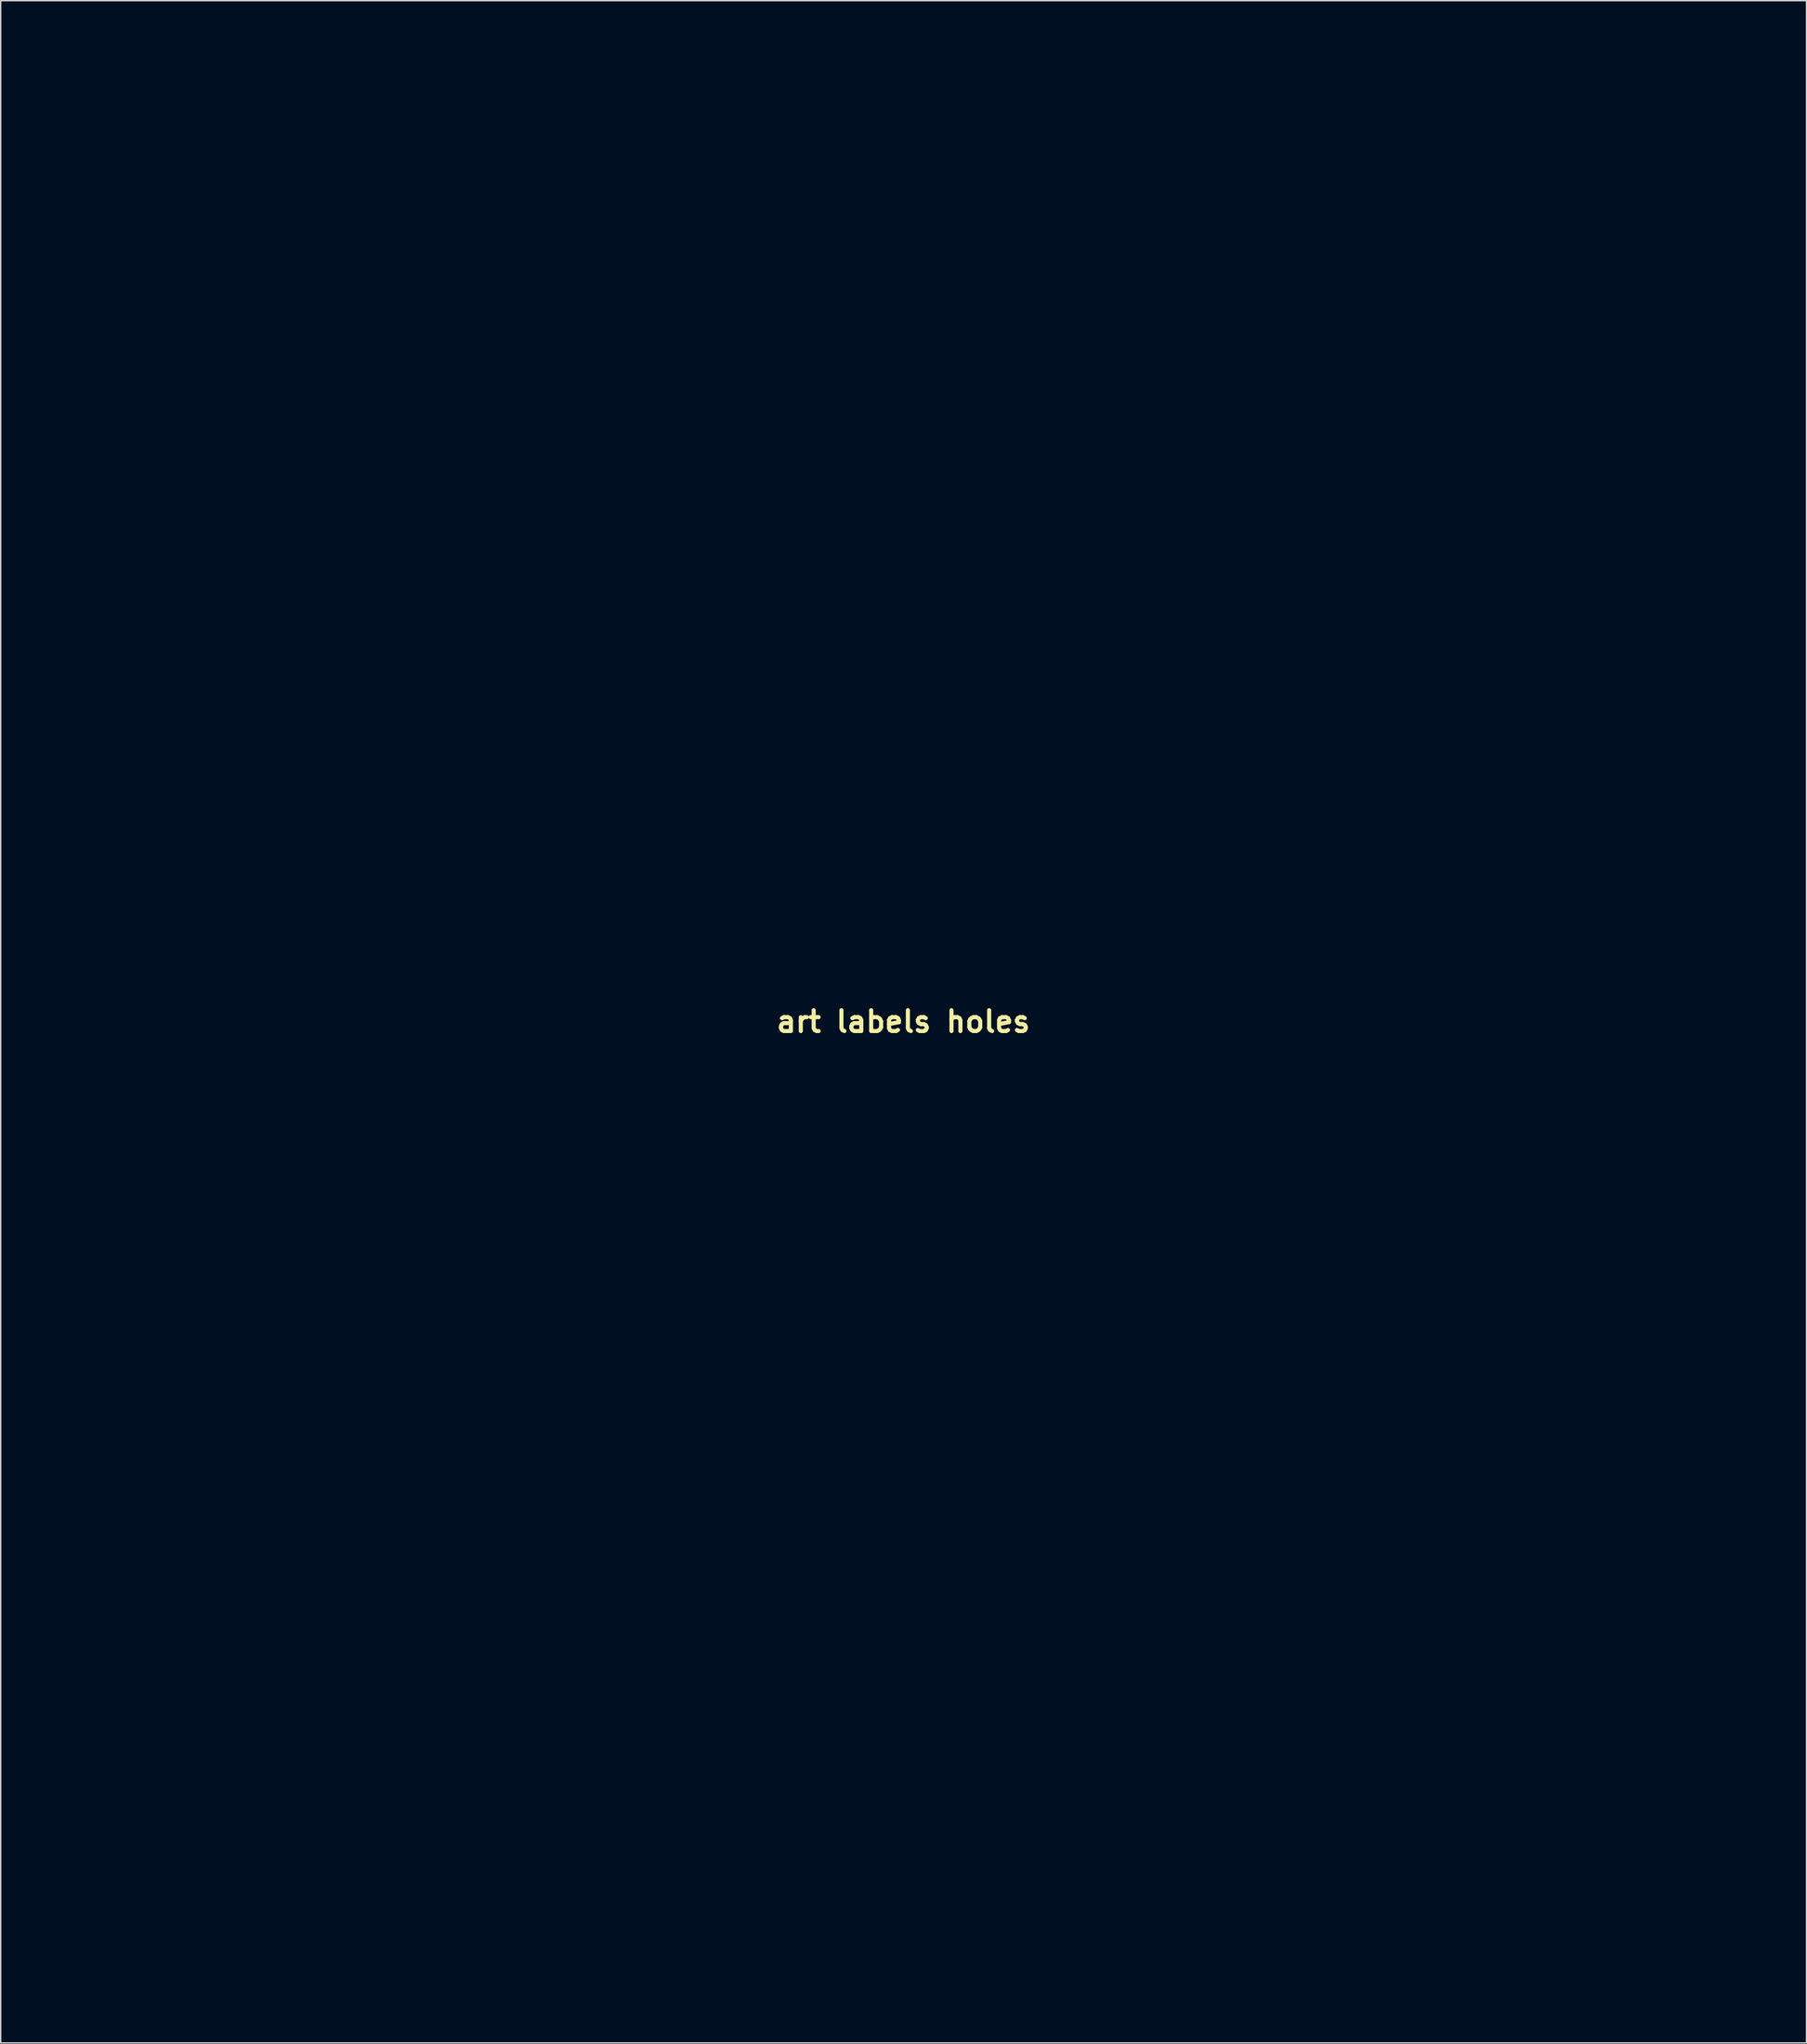
<source format=kicad_pcb>
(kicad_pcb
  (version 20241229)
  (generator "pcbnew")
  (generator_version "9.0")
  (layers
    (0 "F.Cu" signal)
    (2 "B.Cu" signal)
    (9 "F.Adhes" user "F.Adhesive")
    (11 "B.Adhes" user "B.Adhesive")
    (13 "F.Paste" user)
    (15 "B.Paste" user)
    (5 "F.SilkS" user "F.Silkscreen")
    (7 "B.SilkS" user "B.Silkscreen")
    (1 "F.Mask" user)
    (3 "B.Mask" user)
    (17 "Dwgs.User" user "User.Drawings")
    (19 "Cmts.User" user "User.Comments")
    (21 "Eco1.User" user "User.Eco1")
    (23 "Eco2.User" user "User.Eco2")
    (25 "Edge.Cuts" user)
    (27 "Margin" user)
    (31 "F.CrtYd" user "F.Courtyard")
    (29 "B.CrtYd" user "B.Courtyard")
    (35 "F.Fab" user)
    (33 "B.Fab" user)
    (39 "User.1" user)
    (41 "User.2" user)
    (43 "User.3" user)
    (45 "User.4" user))
  (footprint "art labels holes"
    (layer "F.Cu")
    (at 63.085 71.73)
    (property "Reference" "art labels holes" (at 0 0 0) (layer "F.SilkS") (effects (font (size 1.524 1.524) (thickness 0.3))))
    (attr through_hole)
    (fp_poly (pts (xy -6.026 -64.174) (xy -12.357 -64.174) (xy -12.357 -64.428) (xy -6.026 -64.428) (xy -6.026 -64.174)) (stroke (width 0.01) (type solid)) (fill no) (layer "Eco1.User"))
    (fp_poly (pts (xy -6.026 64.453) (xy -12.357 64.453) (xy -12.357 64.199) (xy -6.026 64.199) (xy -6.026 64.453)) (stroke (width 0.01) (type solid)) (fill no) (layer "Eco1.User"))
    (fp_poly (pts (xy -4.831 -65.369) (xy -5.085 -65.369) (xy -5.085 -71.725) (xy -4.831 -71.725) (xy -4.831 -65.369)) (stroke (width 0.01) (type solid)) (fill no) (layer "Eco1.User"))
    (fp_poly (pts (xy -4.831 71.751) (xy -5.085 71.751) (xy -5.085 65.394) (xy -4.831 65.394) (xy -4.831 71.751)) (stroke (width 0.01) (type solid)) (fill no) (layer "Eco1.User"))
    (fp_poly (pts (xy 21.484 12.713) (xy 21.205 12.713) (xy 21.205 10.043) (xy 21.484 10.043) (xy 21.484 12.713)) (stroke (width 0.01) (type solid)) (fill no) (layer "Eco1.User"))
    (fp_poly (pts (xy 39.892 -50.139) (xy 38.85 -50.139) (xy 38.85 -53.088) (xy 39.892 -53.088) (xy 39.892 -50.139)) (stroke (width 0.01) (type solid)) (fill no) (layer "Eco1.User"))
    (fp_poly (pts (xy 55.809 -65.369) (xy 55.555 -65.369) (xy 55.555 -71.7) (xy 55.809 -71.7) (xy 55.809 -65.369)) (stroke (width 0.01) (type solid)) (fill no) (layer "Eco1.User"))
    (fp_poly (pts (xy 55.809 71.725) (xy 55.555 71.725) (xy 55.555 65.394) (xy 55.809 65.394) (xy 55.809 71.725)) (stroke (width 0.01) (type solid)) (fill no) (layer "Eco1.User"))
    (fp_poly (pts (xy 63.106 -64.174) (xy 56.75 -64.174) (xy 56.75 -64.428) (xy 63.106 -64.428) (xy 63.106 -64.174)) (stroke (width 0.01) (type solid)) (fill no) (layer "Eco1.User"))
    (fp_poly (pts (xy 63.106 64.453) (xy 56.75 64.453) (xy 56.75 64.199) (xy 63.106 64.199) (xy 63.106 64.453)) (stroke (width 0.01) (type solid)) (fill no) (layer "Eco1.User"))
    (fp_poly (pts (xy 24.167 -50.152) (xy 23.639 -50.145) (xy 23.111 -50.138) (xy 23.124 -53.076) (xy 24.167 -53.076) (xy 24.167 -50.152)) (stroke (width 0.01) (type solid)) (fill no) (layer "Eco1.User"))
    (fp_poly (pts (xy 27.104 12.408) (xy 27.943 12.408) (xy 27.943 12.713) (xy 26.798 12.713) (xy 26.798 10.043) (xy 27.104 10.043) (xy 27.104 12.408)) (stroke (width 0.01) (type solid)) (fill no) (layer "Eco1.User"))
    (fp_poly (pts (xy 7.145 12.408) (xy 8.012 12.408) (xy 8.004 12.554) (xy 7.996 12.7) (xy 7.431 12.707) (xy 6.865 12.714) (xy 6.865 10.043) (xy 7.145 10.043) (xy 7.145 12.408)) (stroke (width 0.01) (type solid)) (fill no) (layer "Eco1.User"))
    (fp_poly (pts (xy 34.528 29.493) (xy 16.196 29.493) (xy 16.196 -9.89) (xy 16.73 -9.89) (xy 16.73 28.985) (xy 33.994 28.985) (xy 33.994 -9.89) (xy 16.73 -9.89) (xy 16.196 -9.89) (xy 16.196 -10.424) (xy 34.528 -10.424) (xy 34.528 29.493)) (stroke (width 0.01) (type solid)) (fill no) (layer "Eco1.User"))
    (fp_poly (pts (xy 54.868 29.493) (xy 36.536 29.493) (xy 36.536 -9.89) (xy 37.07 -9.89) (xy 37.07 28.985) (xy 54.334 28.985) (xy 54.334 -9.89) (xy 37.07 -9.89) (xy 36.536 -9.89) (xy 36.536 -10.424) (xy 54.868 -10.424) (xy 54.868 29.493)) (stroke (width 0.01) (type solid)) (fill no) (layer "Eco1.User"))
    (fp_poly (pts (xy -37.134 -20.658) (xy -50.107 -20.652) (xy -63.08 -20.645) (xy -63.08 -46.071) (xy -62.547 -46.071) (xy -62.547 -21.179) (xy -37.655 -21.179) (xy -37.655 -46.071) (xy -62.547 -46.071) (xy -63.08 -46.071) (xy -63.08 -46.605) (xy -37.121 -46.605) (xy -37.134 -20.658)) (stroke (width 0.01) (type solid)) (fill no) (layer "Eco1.User"))
    (fp_poly (pts (xy 5.161 44.367) (xy 7.577 44.367) (xy 7.577 44.622) (xy 5.161 44.622) (xy 5.161 47.037) (xy 4.907 47.037) (xy 4.907 44.622) (xy 2.492 44.622) (xy 2.492 44.367) (xy 4.907 44.367) (xy 4.907 41.952) (xy 5.161 41.952) (xy 5.161 44.367)) (stroke (width 0.01) (type solid)) (fill no) (layer "Eco1.User"))
    (fp_poly (pts (xy 25.502 44.367) (xy 27.892 44.367) (xy 27.892 44.622) (xy 25.502 44.622) (xy 25.502 47.037) (xy 25.247 47.037) (xy 25.247 44.622) (xy 22.832 44.622) (xy 22.832 44.367) (xy 25.247 44.367) (xy 25.247 41.952) (xy 25.502 41.952) (xy 25.502 44.367)) (stroke (width 0.01) (type solid)) (fill no) (layer "Eco1.User"))
    (fp_poly (pts (xy 2.67 -15.077) (xy 1.805 -15.077) (xy 1.805 -14.747) (xy 2.695 -14.747) (xy 2.695 -14.467) (xy 1.805 -14.467) (xy 1.805 -12.713) (xy 1.5 -12.713) (xy 1.5 -14.467) (xy 1.322 -14.467) (xy 1.322 -14.747) (xy 1.5 -14.747) (xy 1.5 -15.357) (xy 2.67 -15.357) (xy 2.67 -15.077)) (stroke (width 0.01) (type solid)) (fill no) (layer "Eco1.User"))
    (fp_poly (pts (xy 22.514 35.824) (xy 22.541 35.871) (xy 22.552 35.938) (xy 22.552 35.939) (xy 22.541 36.006) (xy 22.515 36.053) (xy 22.514 36.053) (xy 22.493 36.065) (xy 22.481 36.049) (xy 22.477 35.996) (xy 22.476 35.939) (xy 22.478 35.858) (xy 22.484 35.819) (xy 22.499 35.814) (xy 22.514 35.824)) (stroke (width 0.01) (type solid)) (fill no) (layer "Eco1.User"))
    (fp_poly (pts (xy 22.593 36.421) (xy 22.767 36.499) (xy 22.914 36.616) (xy 23.026 36.765) (xy 23.082 36.89) (xy 23.107 37.016) (xy 23.109 37.162) (xy 23.09 37.304) (xy 23.059 37.401) (xy 22.966 37.552) (xy 22.841 37.679) (xy 22.693 37.773) (xy 22.559 37.819) (xy 22.476 37.837) (xy 22.476 36.386) (xy 22.593 36.421)) (stroke (width 0.01) (type solid)) (fill no) (layer "Eco1.User"))
    (fp_poly (pts (xy 45.842 44.367) (xy 48.232 44.367) (xy 48.232 44.622) (xy 45.842 44.622) (xy 45.842 47.037) (xy 45.588 47.037) (xy 45.582 45.836) (xy 45.575 44.634) (xy 44.374 44.628) (xy 43.172 44.621) (xy 43.172 44.368) (xy 44.374 44.361) (xy 45.575 44.355) (xy 45.582 43.153) (xy 45.588 41.952) (xy 45.842 41.952) (xy 45.842 44.367)) (stroke (width 0.01) (type solid)) (fill no) (layer "Eco1.User"))
    (fp_poly (pts (xy 1.545 11.372) (xy 1.538 12.7) (xy 1.41 12.707) (xy 1.333 12.708) (xy 1.278 12.703) (xy 1.264 12.697) (xy 1.26 12.669) (xy 1.257 12.594) (xy 1.254 12.479) (xy 1.252 12.327) (xy 1.249 12.144) (xy 1.248 11.933) (xy 1.246 11.701) (xy 1.246 11.452) (xy 1.246 11.361) (xy 1.246 10.043) (xy 1.551 10.043) (xy 1.545 11.372)) (stroke (width 0.01) (type solid)) (fill no) (layer "Eco1.User"))
    (fp_poly (pts (xy 9.967 12.713) (xy 9.687 12.713) (xy 9.687 11.708) (xy 9.687 11.488) (xy 9.686 11.284) (xy 9.684 11.103) (xy 9.681 10.949) (xy 9.679 10.828) (xy 9.675 10.745) (xy 9.672 10.706) (xy 9.671 10.704) (xy 9.644 10.719) (xy 9.591 10.757) (xy 9.541 10.797) (xy 9.428 10.889) (xy 9.329 10.79) (xy 9.231 10.691) (xy 9.599 10.353) (xy 9.967 10.015) (xy 9.967 12.713)) (stroke (width 0.01) (type solid)) (fill no) (layer "Eco1.User"))
    (fp_poly (pts (xy 3.566 10.051) (xy 3.82 10.09) (xy 4.056 10.169) (xy 4.187 10.235) (xy 4.297 10.299) (xy 4.297 10.043) (xy 4.577 10.043) (xy 4.577 12.713) (xy 4.297 12.713) (xy 4.297 10.684) (xy 4.203 10.601) (xy 4.109 10.534) (xy 3.987 10.465) (xy 3.858 10.406) (xy 3.741 10.366) (xy 3.718 10.361) (xy 3.636 10.344) (xy 3.636 12.713) (xy 3.356 12.713) (xy 3.356 10.035) (xy 3.566 10.051)) (stroke (width 0.01) (type solid)) (fill no) (layer "Eco1.User"))
    (fp_poly (pts (xy 15.442 -15.104) (xy 15.628 -14.85) (xy 15.995 -15.357) (xy 16.175 -15.357) (xy 16.27 -15.355) (xy 16.321 -15.348) (xy 16.335 -15.335) (xy 16.33 -15.325) (xy 16.308 -15.295) (xy 16.261 -15.231) (xy 16.194 -15.14) (xy 16.114 -15.03) (xy 16.034 -14.921) (xy 15.764 -14.548) (xy 15.764 -12.713) (xy 15.484 -12.713) (xy 15.484 -14.549) (xy 15.192 -14.953) (xy 14.9 -15.357) (xy 15.255 -15.357) (xy 15.442 -15.104)) (stroke (width 0.01) (type solid)) (fill no) (layer "Eco1.User"))
    (fp_poly (pts (xy 27.453 35.789) (xy 27.651 35.861) (xy 27.834 35.977) (xy 27.992 36.13) (xy 28.118 36.312) (xy 28.139 36.353) (xy 28.19 36.462) (xy 28.22 36.552) (xy 28.236 36.644) (xy 28.244 36.756) (xy 28.238 36.955) (xy 28.198 37.131) (xy 28.12 37.301) (xy 28.083 37.363) (xy 27.95 37.529) (xy 27.786 37.668) (xy 27.601 37.77) (xy 27.453 37.818) (xy 27.383 37.834) (xy 27.383 35.773) (xy 27.453 35.789)) (stroke (width 0.01) (type solid)) (fill no) (layer "Eco1.User"))
    (fp_poly (pts (xy 24.529 11.372) (xy 24.523 12.7) (xy 24.243 12.7) (xy 24.236 11.679) (xy 24.23 10.657) (xy 24.102 10.563) (xy 23.923 10.457) (xy 23.72 10.379) (xy 23.665 10.364) (xy 23.595 10.347) (xy 23.589 11.524) (xy 23.582 12.7) (xy 23.29 12.715) (xy 23.29 10.043) (xy 23.423 10.043) (xy 23.633 10.063) (xy 23.849 10.115) (xy 24.046 10.194) (xy 24.066 10.204) (xy 24.23 10.291) (xy 24.23 10.043) (xy 24.536 10.043) (xy 24.529 11.372)) (stroke (width 0.01) (type solid)) (fill no) (layer "Eco1.User"))
    (fp_poly (pts (xy 31.833 -50.291) (xy 32.093 -50.292) (xy 32.216 -50.295) (xy 32.331 -50.301) (xy 32.422 -50.311) (xy 32.456 -50.317) (xy 32.531 -50.329) (xy 32.59 -50.33) (xy 32.599 -50.328) (xy 32.648 -50.292) (xy 32.658 -50.237) (xy 32.634 -50.192) (xy 32.617 -50.181) (xy 32.589 -50.172) (xy 32.543 -50.165) (xy 32.475 -50.159) (xy 32.38 -50.155) (xy 32.253 -50.151) (xy 32.088 -50.148) (xy 31.882 -50.146) (xy 31.692 -50.144) (xy 30.79 -50.137) (xy 30.79 -53.088) (xy 31.833 -53.088) (xy 31.833 -50.291)) (stroke (width 0.01) (type solid)) (fill no) (layer "Eco1.User"))
    (fp_poly (pts (xy 42.791 -12.713) (xy 42.511 -12.713) (xy 42.511 -14.715) (xy 42.406 -14.81) (xy 42.292 -14.896) (xy 42.155 -14.971) (xy 42.017 -15.025) (xy 41.94 -15.044) (xy 41.85 -15.059) (xy 41.85 -12.713) (xy 41.545 -12.713) (xy 41.545 -15.357) (xy 41.729 -15.357) (xy 41.97 -15.336) (xy 42.198 -15.271) (xy 42.33 -15.212) (xy 42.407 -15.174) (xy 42.467 -15.144) (xy 42.492 -15.132) (xy 42.503 -15.15) (xy 42.51 -15.204) (xy 42.511 -15.24) (xy 42.511 -15.357) (xy 42.791 -15.357) (xy 42.791 -12.713)) (stroke (width 0.01) (type solid)) (fill no) (layer "Eco1.User"))
    (fp_poly (pts (xy 13.221 -12.713) (xy 12.942 -12.713) (xy 12.942 -14.742) (xy 12.821 -14.83) (xy 12.638 -14.948) (xy 12.472 -15.02) (xy 12.385 -15.042) (xy 12.28 -15.058) (xy 12.28 -12.713) (xy 12.001 -12.713) (xy 12.001 -15.357) (xy 12.172 -15.356) (xy 12.352 -15.346) (xy 12.512 -15.313) (xy 12.675 -15.251) (xy 12.737 -15.222) (xy 12.821 -15.181) (xy 12.887 -15.149) (xy 12.921 -15.133) (xy 12.922 -15.132) (xy 12.934 -15.15) (xy 12.941 -15.204) (xy 12.942 -15.24) (xy 12.942 -15.357) (xy 13.221 -15.357) (xy 13.221 -12.713)) (stroke (width 0.01) (type solid)) (fill no) (layer "Eco1.User"))
    (fp_poly (pts (xy 46.3 -12.713) (xy 46.02 -12.713) (xy 46.02 -14.719) (xy 45.937 -14.797) (xy 45.849 -14.866) (xy 45.732 -14.934) (xy 45.608 -14.994) (xy 45.494 -15.034) (xy 45.454 -15.043) (xy 45.359 -15.059) (xy 45.359 -12.713) (xy 45.054 -12.713) (xy 45.054 -15.357) (xy 45.238 -15.357) (xy 45.478 -15.336) (xy 45.706 -15.271) (xy 45.838 -15.212) (xy 45.916 -15.174) (xy 45.975 -15.144) (xy 46.001 -15.132) (xy 46.012 -15.15) (xy 46.019 -15.204) (xy 46.02 -15.24) (xy 46.02 -15.357) (xy 46.3 -15.357) (xy 46.3 -12.713)) (stroke (width 0.01) (type solid)) (fill no) (layer "Eco1.User"))
    (fp_poly (pts (xy 24.562 36.062) (xy 24.584 36.128) (xy 24.616 36.228) (xy 24.656 36.355) (xy 24.702 36.501) (xy 24.713 36.537) (xy 24.761 36.692) (xy 24.806 36.834) (xy 24.844 36.955) (xy 24.872 37.046) (xy 24.889 37.098) (xy 24.891 37.102) (xy 24.914 37.172) (xy 24.56 37.172) (xy 24.432 37.171) (xy 24.325 37.167) (xy 24.247 37.162) (xy 24.208 37.156) (xy 24.205 37.153) (xy 24.212 37.124) (xy 24.232 37.056) (xy 24.261 36.957) (xy 24.298 36.835) (xy 24.34 36.699) (xy 24.384 36.558) (xy 24.428 36.418) (xy 24.469 36.289) (xy 24.504 36.178) (xy 24.532 36.095) (xy 24.549 36.046) (xy 24.553 36.037) (xy 24.562 36.062)) (stroke (width 0.01) (type solid)) (fill no) (layer "Eco1.User"))
    (fp_poly (pts (xy 4.467 35.758) (xy 4.582 35.783) (xy 4.775 35.863) (xy 4.95 35.983) (xy 5.102 36.133) (xy 5.226 36.308) (xy 5.313 36.497) (xy 5.359 36.695) (xy 5.365 36.788) (xy 5.34 37.006) (xy 5.269 37.214) (xy 5.157 37.406) (xy 5.008 37.574) (xy 4.827 37.712) (xy 4.739 37.76) (xy 4.647 37.802) (xy 4.568 37.828) (xy 4.482 37.843) (xy 4.369 37.85) (xy 4.338 37.851) (xy 4.182 37.85) (xy 4.057 37.837) (xy 3.999 37.823) (xy 3.798 37.733) (xy 3.621 37.606) (xy 3.472 37.449) (xy 3.356 37.268) (xy 3.277 37.071) (xy 3.238 36.864) (xy 3.245 36.655) (xy 3.254 36.604) (xy 3.32 36.403) (xy 3.43 36.215) (xy 3.577 36.047) (xy 3.753 35.908) (xy 3.86 35.848) (xy 4.051 35.779) (xy 4.259 35.749) (xy 4.467 35.758)) (stroke (width 0.01) (type solid)) (fill no) (layer "Eco1.User"))
    (fp_poly (pts (xy 37.433 -53.088) (xy 37.649 -53.087) (xy 37.851 -53.086) (xy 38.033 -53.084) (xy 38.188 -53.082) (xy 38.311 -53.079) (xy 38.395 -53.076) (xy 38.434 -53.073) (xy 38.435 -53.073) (xy 38.492 -53.04) (xy 38.508 -52.99) (xy 38.478 -52.939) (xy 38.473 -52.934) (xy 38.429 -52.91) (xy 38.369 -52.904) (xy 38.287 -52.913) (xy 38.206 -52.921) (xy 38.091 -52.927) (xy 37.957 -52.932) (xy 37.839 -52.934) (xy 37.528 -52.936) (xy 37.528 -52.166) (xy 37.881 -52.179) (xy 38.044 -52.183) (xy 38.162 -52.181) (xy 38.243 -52.172) (xy 38.291 -52.155) (xy 38.313 -52.13) (xy 38.316 -52.109) (xy 38.306 -52.075) (xy 38.273 -52.052) (xy 38.209 -52.038) (xy 38.111 -52.032) (xy 37.97 -52.034) (xy 37.875 -52.038) (xy 37.528 -52.054) (xy 37.528 -50.139) (xy 36.485 -50.139) (xy 36.485 -53.088) (xy 37.433 -53.088)) (stroke (width 0.01) (type solid)) (fill no) (layer "Eco1.User"))
    (fp_poly (pts (xy 41.641 -51.684) (xy 41.647 -50.291) (xy 41.908 -50.292) (xy 42.03 -50.294) (xy 42.143 -50.301) (xy 42.232 -50.312) (xy 42.264 -50.318) (xy 42.365 -50.334) (xy 42.431 -50.318) (xy 42.459 -50.269) (xy 42.46 -50.254) (xy 42.457 -50.225) (xy 42.443 -50.201) (xy 42.413 -50.182) (xy 42.364 -50.168) (xy 42.291 -50.157) (xy 42.19 -50.149) (xy 42.054 -50.144) (xy 41.881 -50.141) (xy 41.666 -50.139) (xy 41.452 -50.139) (xy 41.209 -50.139) (xy 41.014 -50.141) (xy 40.861 -50.143) (xy 40.746 -50.147) (xy 40.666 -50.152) (xy 40.617 -50.159) (xy 40.593 -50.167) (xy 40.591 -50.171) (xy 40.589 -50.201) (xy 40.587 -50.278) (xy 40.585 -50.397) (xy 40.584 -50.552) (xy 40.584 -50.739) (xy 40.583 -50.954) (xy 40.584 -51.192) (xy 40.584 -51.448) (xy 40.585 -51.639) (xy 40.592 -53.076) (xy 41.634 -53.076) (xy 41.641 -51.684)) (stroke (width 0.01) (type solid)) (fill no) (layer "Eco1.User"))
    (fp_poly (pts (xy 5.772 -15.077) (xy 4.78 -15.077) (xy 4.78 -14.747) (xy 5.797 -14.747) (xy 5.797 -14.467) (xy 4.776 -14.467) (xy 4.784 -14.117) (xy 4.788 -13.975) (xy 4.794 -13.87) (xy 4.803 -13.793) (xy 4.818 -13.73) (xy 4.841 -13.669) (xy 4.871 -13.603) (xy 4.981 -13.424) (xy 5.125 -13.269) (xy 5.294 -13.146) (xy 5.479 -13.06) (xy 5.64 -13.023) (xy 5.784 -13.005) (xy 5.792 -12.859) (xy 5.8 -12.713) (xy 5.703 -12.714) (xy 5.621 -12.722) (xy 5.521 -12.741) (xy 5.467 -12.753) (xy 5.249 -12.837) (xy 5.042 -12.963) (xy 4.858 -13.123) (xy 4.705 -13.31) (xy 4.621 -13.455) (xy 4.559 -13.595) (xy 4.517 -13.727) (xy 4.491 -13.868) (xy 4.478 -14.031) (xy 4.475 -14.189) (xy 4.475 -14.467) (xy 4.297 -14.467) (xy 4.297 -14.747) (xy 4.475 -14.747) (xy 4.475 -15.357) (xy 5.772 -15.357) (xy 5.772 -15.077)) (stroke (width 0.01) (type solid)) (fill no) (layer "Eco1.User"))
    (fp_poly (pts (xy 11.797 -15.077) (xy 10.806 -15.077) (xy 10.806 -14.747) (xy 11.823 -14.747) (xy 11.823 -14.467) (xy 10.801 -14.467) (xy 10.81 -14.117) (xy 10.814 -13.975) (xy 10.819 -13.871) (xy 10.829 -13.795) (xy 10.843 -13.733) (xy 10.866 -13.674) (xy 10.898 -13.605) (xy 10.9 -13.602) (xy 11.014 -13.42) (xy 11.16 -13.264) (xy 11.329 -13.141) (xy 11.514 -13.057) (xy 11.665 -13.023) (xy 11.81 -13.005) (xy 11.825 -12.713) (xy 11.729 -12.714) (xy 11.647 -12.722) (xy 11.547 -12.741) (xy 11.493 -12.753) (xy 11.271 -12.838) (xy 11.064 -12.966) (xy 10.879 -13.131) (xy 10.723 -13.324) (xy 10.604 -13.539) (xy 10.573 -13.616) (xy 10.548 -13.699) (xy 10.53 -13.793) (xy 10.517 -13.91) (xy 10.509 -14.062) (xy 10.506 -14.117) (xy 10.494 -14.467) (xy 10.323 -14.467) (xy 10.323 -14.747) (xy 10.501 -14.747) (xy 10.501 -15.357) (xy 11.797 -15.357) (xy 11.797 -15.077)) (stroke (width 0.01) (type solid)) (fill no) (layer "Eco1.User"))
    (fp_poly (pts (xy 44.229 -53.089) (xy 44.42 -53.088) (xy 44.591 -53.087) (xy 44.736 -53.085) (xy 44.849 -53.082) (xy 44.923 -53.079) (xy 44.952 -53.076) (xy 44.976 -53.036) (xy 44.97 -52.986) (xy 44.937 -52.951) (xy 44.937 -52.951) (xy 44.897 -52.945) (xy 44.817 -52.94) (xy 44.711 -52.937) (xy 44.607 -52.936) (xy 44.317 -52.936) (xy 44.31 -51.544) (xy 44.304 -50.152) (xy 43.776 -50.145) (xy 43.249 -50.138) (xy 43.249 -52.936) (xy 43.052 -52.934) (xy 42.935 -52.93) (xy 42.818 -52.923) (xy 42.727 -52.914) (xy 42.62 -52.903) (xy 42.554 -52.907) (xy 42.522 -52.929) (xy 42.515 -52.972) (xy 42.516 -52.981) (xy 42.533 -53.031) (xy 42.577 -53.058) (xy 42.613 -53.067) (xy 42.657 -53.071) (xy 42.744 -53.075) (xy 42.867 -53.078) (xy 43.021 -53.081) (xy 43.198 -53.084) (xy 43.394 -53.086) (xy 43.601 -53.087) (xy 43.814 -53.088) (xy 44.025 -53.089) (xy 44.229 -53.089)) (stroke (width 0.01) (type solid)) (fill no) (layer "Eco1.User"))
    (fp_poly (pts (xy 14.721 -15.083) (xy 14.581 -15.066) (xy 14.426 -15.028) (xy 14.262 -14.957) (xy 14.108 -14.863) (xy 13.981 -14.754) (xy 13.977 -14.75) (xy 13.838 -14.567) (xy 13.744 -14.368) (xy 13.695 -14.16) (xy 13.691 -13.949) (xy 13.733 -13.741) (xy 13.819 -13.543) (xy 13.95 -13.361) (xy 13.994 -13.314) (xy 14.158 -13.181) (xy 14.34 -13.083) (xy 14.53 -13.028) (xy 14.563 -13.023) (xy 14.709 -13.005) (xy 14.724 -12.713) (xy 14.64 -12.715) (xy 14.568 -12.722) (xy 14.472 -12.739) (xy 14.407 -12.753) (xy 14.187 -12.831) (xy 13.977 -12.952) (xy 13.793 -13.107) (xy 13.629 -13.305) (xy 13.509 -13.52) (xy 13.433 -13.747) (xy 13.401 -13.98) (xy 13.412 -14.214) (xy 13.465 -14.443) (xy 13.56 -14.662) (xy 13.697 -14.865) (xy 13.874 -15.046) (xy 14.016 -15.154) (xy 14.163 -15.236) (xy 14.325 -15.302) (xy 14.484 -15.344) (xy 14.61 -15.357) (xy 14.721 -15.357) (xy 14.721 -15.083)) (stroke (width 0.01) (type solid)) (fill no) (layer "Eco1.User"))
    (fp_poly (pts (xy 47.8 -15.083) (xy 47.66 -15.066) (xy 47.502 -15.027) (xy 47.336 -14.954) (xy 47.179 -14.857) (xy 47.052 -14.746) (xy 46.912 -14.563) (xy 46.819 -14.364) (xy 46.771 -14.156) (xy 46.769 -13.945) (xy 46.811 -13.737) (xy 46.899 -13.538) (xy 47.031 -13.356) (xy 47.093 -13.292) (xy 47.269 -13.156) (xy 47.461 -13.064) (xy 47.635 -13.024) (xy 47.787 -13.005) (xy 47.802 -12.713) (xy 47.718 -12.715) (xy 47.639 -12.722) (xy 47.545 -12.736) (xy 47.52 -12.74) (xy 47.362 -12.788) (xy 47.191 -12.869) (xy 47.026 -12.974) (xy 46.882 -13.092) (xy 46.869 -13.106) (xy 46.704 -13.304) (xy 46.583 -13.524) (xy 46.507 -13.759) (xy 46.478 -14.004) (xy 46.495 -14.253) (xy 46.56 -14.5) (xy 46.618 -14.635) (xy 46.725 -14.809) (xy 46.868 -14.969) (xy 47.036 -15.109) (xy 47.22 -15.224) (xy 47.411 -15.307) (xy 47.599 -15.351) (xy 47.688 -15.357) (xy 47.8 -15.357) (xy 47.8 -15.083)) (stroke (width 0.01) (type solid)) (fill no) (layer "Eco1.User"))
    (fp_poly (pts (xy 37.35 -15.077) (xy 36.333 -15.077) (xy 36.333 -14.747) (xy 37.35 -14.747) (xy 37.35 -14.468) (xy 36.848 -14.461) (xy 36.346 -14.454) (xy 36.338 -14.23) (xy 36.338 -14.106) (xy 36.344 -13.981) (xy 36.355 -13.877) (xy 36.358 -13.862) (xy 36.419 -13.656) (xy 36.521 -13.467) (xy 36.657 -13.304) (xy 36.82 -13.171) (xy 37.004 -13.075) (xy 37.197 -13.024) (xy 37.337 -13.005) (xy 37.345 -12.859) (xy 37.352 -12.713) (xy 37.269 -12.714) (xy 37.195 -12.722) (xy 37.1 -12.74) (xy 37.048 -12.753) (xy 36.827 -12.836) (xy 36.62 -12.958) (xy 36.437 -13.112) (xy 36.289 -13.29) (xy 36.279 -13.306) (xy 36.201 -13.435) (xy 36.144 -13.553) (xy 36.104 -13.673) (xy 36.078 -13.809) (xy 36.062 -13.974) (xy 36.056 -14.098) (xy 36.041 -14.454) (xy 35.958 -14.462) (xy 35.91 -14.469) (xy 35.886 -14.487) (xy 35.877 -14.528) (xy 35.875 -14.607) (xy 35.875 -14.747) (xy 36.053 -14.747) (xy 36.053 -15.357) (xy 37.35 -15.357) (xy 37.35 -15.077)) (stroke (width 0.01) (type solid)) (fill no) (layer "Eco1.User"))
    (fp_poly (pts (xy 49.3 -15.077) (xy 48.308 -15.077) (xy 48.308 -14.747) (xy 49.325 -14.747) (xy 49.325 -14.468) (xy 48.823 -14.461) (xy 48.321 -14.454) (xy 48.314 -14.215) (xy 48.313 -14.092) (xy 48.319 -13.97) (xy 48.329 -13.872) (xy 48.333 -13.847) (xy 48.4 -13.638) (xy 48.507 -13.45) (xy 48.646 -13.288) (xy 48.813 -13.158) (xy 49.001 -13.067) (xy 49.173 -13.024) (xy 49.313 -13.005) (xy 49.32 -12.859) (xy 49.328 -12.713) (xy 49.244 -12.714) (xy 49.17 -12.722) (xy 49.075 -12.74) (xy 49.023 -12.753) (xy 48.8 -12.837) (xy 48.589 -12.962) (xy 48.402 -13.119) (xy 48.252 -13.301) (xy 48.248 -13.307) (xy 48.173 -13.426) (xy 48.119 -13.535) (xy 48.081 -13.646) (xy 48.056 -13.771) (xy 48.04 -13.923) (xy 48.031 -14.086) (xy 48.016 -14.454) (xy 47.933 -14.462) (xy 47.886 -14.469) (xy 47.861 -14.487) (xy 47.852 -14.528) (xy 47.851 -14.607) (xy 47.851 -14.747) (xy 48.029 -14.747) (xy 48.029 -15.357) (xy 49.3 -15.357) (xy 49.3 -15.077)) (stroke (width 0.01) (type solid)) (fill no) (layer "Eco1.User"))
    (fp_poly (pts (xy 34.195 -53.088) (xy 34.392 -53.088) (xy 34.549 -53.086) (xy 34.669 -53.084) (xy 34.76 -53.081) (xy 34.826 -53.076) (xy 34.872 -53.069) (xy 34.903 -53.061) (xy 34.924 -53.05) (xy 34.936 -53.042) (xy 34.994 -52.995) (xy 34.943 -52.944) (xy 34.906 -52.915) (xy 34.861 -52.904) (xy 34.791 -52.908) (xy 34.754 -52.912) (xy 34.669 -52.921) (xy 34.551 -52.928) (xy 34.42 -52.933) (xy 34.343 -52.934) (xy 34.07 -52.936) (xy 34.07 -52.301) (xy 34.432 -52.294) (xy 34.795 -52.287) (xy 34.795 -52.16) (xy 34.432 -52.153) (xy 34.07 -52.146) (xy 34.07 -50.284) (xy 34.5 -50.299) (xy 34.677 -50.304) (xy 34.808 -50.305) (xy 34.898 -50.299) (xy 34.952 -50.287) (xy 34.974 -50.266) (xy 34.971 -50.236) (xy 34.949 -50.2) (xy 34.937 -50.188) (xy 34.92 -50.177) (xy 34.892 -50.169) (xy 34.848 -50.163) (xy 34.782 -50.158) (xy 34.691 -50.154) (xy 34.569 -50.151) (xy 34.411 -50.148) (xy 34.213 -50.146) (xy 33.97 -50.144) (xy 33.028 -50.137) (xy 33.028 -53.088) (xy 33.953 -53.088) (xy 34.195 -53.088)) (stroke (width 0.01) (type solid)) (fill no) (layer "Eco1.User"))
    (fp_poly (pts (xy 39.546 59.465) (xy 39.753 59.527) (xy 39.956 59.632) (xy 40.151 59.775) (xy 40.334 59.953) (xy 40.499 60.162) (xy 40.641 60.398) (xy 40.72 60.567) (xy 40.822 60.871) (xy 40.883 61.195) (xy 40.904 61.531) (xy 40.885 61.869) (xy 40.826 62.199) (xy 40.727 62.511) (xy 40.649 62.686) (xy 40.501 62.938) (xy 40.324 63.162) (xy 40.124 63.355) (xy 39.906 63.511) (xy 39.677 63.624) (xy 39.508 63.677) (xy 39.392 63.702) (xy 39.309 63.712) (xy 39.245 63.708) (xy 39.187 63.69) (xy 39.139 63.652) (xy 39.135 63.603) (xy 39.162 63.568) (xy 39.203 63.55) (xy 39.278 63.53) (xy 39.361 63.514) (xy 39.467 63.494) (xy 39.568 63.471) (xy 39.627 63.453) (xy 39.727 63.419) (xy 39.74 59.722) (xy 39.646 59.682) (xy 39.571 59.66) (xy 39.469 59.639) (xy 39.366 59.625) (xy 39.242 59.608) (xy 39.166 59.584) (xy 39.134 59.551) (xy 39.142 59.508) (xy 39.146 59.501) (xy 39.177 59.475) (xy 39.238 59.458) (xy 39.339 59.45) (xy 39.341 59.45) (xy 39.546 59.465)) (stroke (width 0.01) (type solid)) (fill no) (layer "Eco1.User"))
    (fp_poly (pts (xy 45.264 10.057) (xy 45.279 10.095) (xy 45.283 10.162) (xy 45.283 10.192) (xy 45.283 10.341) (xy 45.139 10.356) (xy 44.949 10.4) (xy 44.769 10.487) (xy 44.606 10.611) (xy 44.466 10.764) (xy 44.358 10.938) (xy 44.288 11.126) (xy 44.268 11.236) (xy 44.264 11.443) (xy 44.297 11.647) (xy 44.36 11.823) (xy 44.464 11.987) (xy 44.606 12.135) (xy 44.772 12.258) (xy 44.952 12.348) (xy 45.135 12.397) (xy 45.152 12.399) (xy 45.283 12.415) (xy 45.283 12.564) (xy 45.28 12.642) (xy 45.272 12.695) (xy 45.264 12.71) (xy 45.229 12.704) (xy 45.163 12.694) (xy 45.115 12.687) (xy 44.863 12.626) (xy 44.632 12.519) (xy 44.426 12.371) (xy 44.25 12.184) (xy 44.119 11.982) (xy 44.02 11.746) (xy 43.971 11.503) (xy 43.972 11.256) (xy 44.023 11.008) (xy 44.124 10.762) (xy 44.13 10.751) (xy 44.253 10.566) (xy 44.415 10.398) (xy 44.605 10.254) (xy 44.812 10.143) (xy 45.025 10.074) (xy 45.051 10.069) (xy 45.159 10.049) (xy 45.227 10.044) (xy 45.264 10.057)) (stroke (width 0.01) (type solid)) (fill no) (layer "Eco1.User"))
    (fp_poly (pts (xy 12.096 -53.088) (xy 12.308 -53.087) (xy 12.506 -53.086) (xy 12.683 -53.084) (xy 12.833 -53.082) (xy 12.951 -53.079) (xy 13.029 -53.076) (xy 13.061 -53.073) (xy 13.118 -53.04) (xy 13.133 -52.99) (xy 13.103 -52.938) (xy 13.098 -52.934) (xy 13.061 -52.912) (xy 13.011 -52.904) (xy 12.933 -52.909) (xy 12.881 -52.915) (xy 12.775 -52.925) (xy 12.643 -52.93) (xy 12.509 -52.931) (xy 12.478 -52.93) (xy 12.242 -52.923) (xy 12.235 -52.612) (xy 12.228 -52.302) (xy 12.954 -52.287) (xy 12.954 -52.16) (xy 12.592 -52.153) (xy 12.229 -52.146) (xy 12.236 -51.225) (xy 12.242 -50.304) (xy 12.679 -50.309) (xy 12.839 -50.311) (xy 12.956 -50.31) (xy 13.036 -50.307) (xy 13.087 -50.301) (xy 13.116 -50.291) (xy 13.129 -50.277) (xy 13.131 -50.273) (xy 13.128 -50.223) (xy 13.107 -50.192) (xy 13.091 -50.181) (xy 13.063 -50.172) (xy 13.018 -50.165) (xy 12.951 -50.16) (xy 12.858 -50.155) (xy 12.733 -50.152) (xy 12.572 -50.149) (xy 12.369 -50.146) (xy 12.127 -50.144) (xy 11.187 -50.137) (xy 11.187 -53.088) (xy 12.096 -53.088)) (stroke (width 0.01) (type solid)) (fill no) (layer "Eco1.User"))
    (fp_poly (pts (xy 27.024 59.451) (xy 27.082 59.47) (xy 27.096 59.486) (xy 27.101 59.543) (xy 27.066 59.584) (xy 26.987 59.612) (xy 26.885 59.626) (xy 26.778 59.64) (xy 26.678 59.662) (xy 26.614 59.682) (xy 26.519 59.722) (xy 26.519 63.414) (xy 26.604 63.449) (xy 26.671 63.471) (xy 26.768 63.494) (xy 26.877 63.516) (xy 26.89 63.518) (xy 26.991 63.536) (xy 27.053 63.553) (xy 27.085 63.572) (xy 27.097 63.599) (xy 27.099 63.608) (xy 27.086 63.664) (xy 27.03 63.698) (xy 26.937 63.709) (xy 26.824 63.699) (xy 26.591 63.635) (xy 26.363 63.526) (xy 26.146 63.375) (xy 25.945 63.189) (xy 25.768 62.971) (xy 25.646 62.775) (xy 25.514 62.5) (xy 25.422 62.221) (xy 25.367 61.928) (xy 25.346 61.607) (xy 25.346 61.555) (xy 25.366 61.197) (xy 25.428 60.865) (xy 25.533 60.556) (xy 25.682 60.265) (xy 25.731 60.188) (xy 25.912 59.948) (xy 26.109 59.756) (xy 26.325 59.609) (xy 26.563 59.505) (xy 26.591 59.495) (xy 26.707 59.466) (xy 26.826 59.449) (xy 26.935 59.444) (xy 27.024 59.451)) (stroke (width 0.01) (type solid)) (fill no) (layer "Eco1.User"))
    (fp_poly (pts (xy 5.207 -53.097) (xy 5.296 -53.095) (xy 5.342 -53.093) (xy 5.344 -53.092) (xy 5.391 -53.063) (xy 5.399 -53.015) (xy 5.375 -52.975) (xy 5.346 -52.957) (xy 5.295 -52.945) (xy 5.215 -52.939) (xy 5.095 -52.936) (xy 5.032 -52.936) (xy 4.729 -52.936) (xy 4.729 -50.139) (xy 4.212 -50.139) (xy 4.055 -50.14) (xy 3.915 -50.142) (xy 3.801 -50.145) (xy 3.72 -50.15) (xy 3.681 -50.155) (xy 3.678 -50.156) (xy 3.675 -50.184) (xy 3.672 -50.258) (xy 3.669 -50.373) (xy 3.667 -50.526) (xy 3.665 -50.71) (xy 3.663 -50.922) (xy 3.662 -51.157) (xy 3.661 -51.409) (xy 3.661 -51.557) (xy 3.661 -52.941) (xy 3.299 -52.932) (xy 3.157 -52.929) (xy 3.057 -52.928) (xy 2.993 -52.931) (xy 2.956 -52.937) (xy 2.937 -52.95) (xy 2.93 -52.968) (xy 2.929 -52.977) (xy 2.942 -53.032) (xy 2.967 -53.053) (xy 3 -53.057) (xy 3.077 -53.061) (xy 3.192 -53.066) (xy 3.34 -53.07) (xy 3.513 -53.075) (xy 3.706 -53.079) (xy 3.913 -53.083) (xy 4.126 -53.087) (xy 4.341 -53.09) (xy 4.55 -53.093) (xy 4.747 -53.095) (xy 4.927 -53.097) (xy 5.082 -53.097) (xy 5.207 -53.097)) (stroke (width 0.01) (type solid)) (fill no) (layer "Eco1.User"))
    (fp_poly (pts (xy 9.861 -53.089) (xy 10.064 -53.087) (xy 10.253 -53.085) (xy 10.421 -53.082) (xy 10.563 -53.079) (xy 10.671 -53.074) (xy 10.74 -53.069) (xy 10.764 -53.064) (xy 10.779 -53.025) (xy 10.764 -52.992) (xy 10.746 -52.974) (xy 10.711 -52.96) (xy 10.652 -52.951) (xy 10.56 -52.946) (xy 10.426 -52.942) (xy 10.415 -52.941) (xy 10.094 -52.934) (xy 10.094 -50.139) (xy 9.577 -50.139) (xy 9.42 -50.14) (xy 9.28 -50.142) (xy 9.166 -50.145) (xy 9.085 -50.15) (xy 9.045 -50.155) (xy 9.043 -50.156) (xy 9.04 -50.184) (xy 9.037 -50.258) (xy 9.034 -50.373) (xy 9.032 -50.526) (xy 9.03 -50.71) (xy 9.028 -50.922) (xy 9.027 -51.157) (xy 9.026 -51.409) (xy 9.026 -51.558) (xy 9.026 -52.944) (xy 8.727 -52.925) (xy 8.579 -52.916) (xy 8.473 -52.91) (xy 8.402 -52.908) (xy 8.357 -52.911) (xy 8.33 -52.917) (xy 8.312 -52.928) (xy 8.305 -52.935) (xy 8.291 -52.977) (xy 8.318 -53.02) (xy 8.378 -53.055) (xy 8.418 -53.067) (xy 8.47 -53.073) (xy 8.563 -53.078) (xy 8.691 -53.082) (xy 8.85 -53.085) (xy 9.031 -53.087) (xy 9.229 -53.089) (xy 9.437 -53.089) (xy 9.65 -53.089) (xy 9.861 -53.089)) (stroke (width 0.01) (type solid)) (fill no) (layer "Eco1.User"))
    (fp_poly (pts (xy 22.959 10.341) (xy 22.83 10.356) (xy 22.639 10.403) (xy 22.459 10.494) (xy 22.296 10.621) (xy 22.158 10.778) (xy 22.051 10.956) (xy 21.983 11.15) (xy 21.969 11.228) (xy 21.963 11.439) (xy 21.999 11.652) (xy 22.062 11.823) (xy 22.145 11.959) (xy 22.257 12.091) (xy 22.385 12.208) (xy 22.517 12.296) (xy 22.585 12.327) (xy 22.656 12.355) (xy 22.712 12.375) (xy 22.755 12.384) (xy 22.787 12.375) (xy 22.808 12.346) (xy 22.822 12.289) (xy 22.829 12.202) (xy 22.832 12.079) (xy 22.832 11.916) (xy 22.832 11.707) (xy 22.832 11.67) (xy 22.832 10.958) (xy 22.425 10.958) (xy 22.425 10.653) (xy 23.112 10.653) (xy 23.112 12.713) (xy 23.016 12.71) (xy 22.937 12.704) (xy 22.834 12.693) (xy 22.769 12.684) (xy 22.547 12.627) (xy 22.337 12.525) (xy 22.144 12.384) (xy 21.976 12.211) (xy 21.839 12.01) (xy 21.737 11.788) (xy 21.698 11.655) (xy 21.667 11.414) (xy 21.682 11.177) (xy 21.74 10.949) (xy 21.838 10.735) (xy 21.972 10.54) (xy 22.137 10.37) (xy 22.331 10.23) (xy 22.548 10.126) (xy 22.787 10.062) (xy 22.826 10.056) (xy 22.959 10.038) (xy 22.959 10.341)) (stroke (width 0.01) (type solid)) (fill no) (layer "Eco1.User"))
    (fp_poly (pts (xy 2.996 10.049) (xy 3.018 10.077) (xy 3.023 10.13) (xy 3.021 10.189) (xy 3.013 10.335) (xy 2.891 10.352) (xy 2.749 10.389) (xy 2.594 10.454) (xy 2.445 10.539) (xy 2.328 10.629) (xy 2.233 10.737) (xy 2.143 10.877) (xy 2.116 10.929) (xy 2.073 11.02) (xy 2.045 11.092) (xy 2.03 11.16) (xy 2.023 11.242) (xy 2.022 11.356) (xy 2.022 11.377) (xy 2.023 11.498) (xy 2.03 11.586) (xy 2.044 11.657) (xy 2.07 11.726) (xy 2.105 11.803) (xy 2.227 12) (xy 2.383 12.164) (xy 2.566 12.291) (xy 2.77 12.375) (xy 2.778 12.377) (xy 2.873 12.404) (xy 2.873 10.958) (xy 2.464 10.958) (xy 2.479 10.666) (xy 3.165 10.666) (xy 3.165 12.7) (xy 3.064 12.704) (xy 2.974 12.702) (xy 2.871 12.692) (xy 2.835 12.688) (xy 2.597 12.625) (xy 2.373 12.517) (xy 2.17 12.367) (xy 1.994 12.181) (xy 1.888 12.026) (xy 1.804 11.842) (xy 1.749 11.629) (xy 1.727 11.403) (xy 1.737 11.179) (xy 1.779 10.978) (xy 1.874 10.755) (xy 2.011 10.551) (xy 2.184 10.374) (xy 2.385 10.23) (xy 2.608 10.124) (xy 2.748 10.082) (xy 2.869 10.055) (xy 2.949 10.043) (xy 2.996 10.049)) (stroke (width 0.01) (type solid)) (fill no) (layer "Eco1.User"))
    (fp_poly (pts (xy 16.527 59.818) (xy 16.684 59.819) (xy 16.807 59.823) (xy 16.9 59.829) (xy 16.968 59.838) (xy 17.013 59.849) (xy 17.041 59.863) (xy 17.055 59.882) (xy 17.06 59.903) (xy 17.06 59.914) (xy 17.038 59.974) (xy 16.982 60.012) (xy 16.906 60.02) (xy 16.897 60.019) (xy 16.847 60.013) (xy 16.755 60.006) (xy 16.633 59.999) (xy 16.49 59.992) (xy 16.368 59.987) (xy 15.916 59.972) (xy 15.916 60.876) (xy 16.333 60.861) (xy 16.51 60.857) (xy 16.642 60.857) (xy 16.734 60.863) (xy 16.792 60.877) (xy 16.821 60.9) (xy 16.828 60.933) (xy 16.821 60.964) (xy 16.789 61.012) (xy 16.761 61.028) (xy 16.721 61.031) (xy 16.641 61.031) (xy 16.529 61.031) (xy 16.396 61.028) (xy 16.317 61.026) (xy 15.916 61.013) (xy 15.916 63.233) (xy 15.31 63.233) (xy 15.14 63.232) (xy 14.986 63.23) (xy 14.857 63.227) (xy 14.76 63.224) (xy 14.701 63.219) (xy 14.687 63.216) (xy 14.685 63.188) (xy 14.682 63.114) (xy 14.679 62.997) (xy 14.677 62.843) (xy 14.675 62.654) (xy 14.673 62.436) (xy 14.672 62.192) (xy 14.671 61.927) (xy 14.671 61.645) (xy 14.67 61.515) (xy 14.67 59.83) (xy 15.808 59.821) (xy 16.093 59.819) (xy 16.331 59.817) (xy 16.527 59.818)) (stroke (width 0.01) (type solid)) (fill no) (layer "Eco1.User"))
    (fp_poly (pts (xy 9.077 -14.348) (xy 9.077 -14.094) (xy 9.077 -13.886) (xy 9.078 -13.719) (xy 9.08 -13.586) (xy 9.083 -13.484) (xy 9.088 -13.407) (xy 9.094 -13.349) (xy 9.101 -13.306) (xy 9.111 -13.273) (xy 9.123 -13.243) (xy 9.13 -13.23) (xy 9.208 -13.119) (xy 9.311 -13.047) (xy 9.428 -13.013) (xy 9.551 -13.018) (xy 9.668 -13.063) (xy 9.772 -13.148) (xy 9.808 -13.195) (xy 9.822 -13.216) (xy 9.834 -13.239) (xy 9.843 -13.268) (xy 9.85 -13.308) (xy 9.856 -13.363) (xy 9.86 -13.44) (xy 9.862 -13.542) (xy 9.864 -13.675) (xy 9.865 -13.844) (xy 9.865 -14.053) (xy 9.865 -14.308) (xy 9.865 -15.357) (xy 10.17 -15.357) (xy 10.17 -14.345) (xy 10.17 -14.066) (xy 10.169 -13.834) (xy 10.166 -13.642) (xy 10.161 -13.486) (xy 10.153 -13.361) (xy 10.141 -13.262) (xy 10.126 -13.183) (xy 10.105 -13.119) (xy 10.078 -13.067) (xy 10.046 -13.019) (xy 10.006 -12.973) (xy 9.985 -12.95) (xy 9.908 -12.876) (xy 9.824 -12.811) (xy 9.777 -12.783) (xy 9.659 -12.742) (xy 9.515 -12.723) (xy 9.37 -12.725) (xy 9.245 -12.75) (xy 9.239 -12.752) (xy 9.098 -12.828) (xy 8.972 -12.942) (xy 8.873 -13.079) (xy 8.863 -13.099) (xy 8.797 -13.231) (xy 8.797 -15.357) (xy 9.077 -15.357) (xy 9.077 -14.348)) (stroke (width 0.01) (type solid)) (fill no) (layer "Eco1.User"))
    (fp_poly (pts (xy 25.737 15.983) (xy 26.088 16.041) (xy 26.323 16.106) (xy 26.685 16.25) (xy 27.025 16.439) (xy 27.34 16.667) (xy 27.624 16.931) (xy 27.873 17.228) (xy 28.083 17.554) (xy 28.128 17.637) (xy 28.286 17.997) (xy 28.396 18.367) (xy 28.459 18.742) (xy 28.476 19.119) (xy 28.447 19.493) (xy 28.374 19.861) (xy 28.256 20.218) (xy 28.096 20.561) (xy 27.894 20.885) (xy 27.65 21.186) (xy 27.366 21.459) (xy 27.32 21.498) (xy 27.027 21.707) (xy 26.702 21.881) (xy 26.354 22.017) (xy 25.99 22.114) (xy 25.616 22.169) (xy 25.24 22.18) (xy 25.066 22.17) (xy 24.69 22.111) (xy 24.324 22.004) (xy 23.974 21.853) (xy 23.643 21.66) (xy 23.337 21.428) (xy 23.061 21.161) (xy 22.819 20.86) (xy 22.774 20.794) (xy 22.581 20.463) (xy 22.431 20.112) (xy 22.321 19.734) (xy 22.307 19.674) (xy 22.282 19.514) (xy 22.267 19.319) (xy 22.26 19.106) (xy 22.264 18.89) (xy 22.276 18.687) (xy 22.298 18.513) (xy 22.307 18.464) (xy 22.417 18.072) (xy 22.569 17.704) (xy 22.763 17.364) (xy 22.995 17.053) (xy 23.265 16.774) (xy 23.568 16.53) (xy 23.904 16.323) (xy 24.27 16.157) (xy 24.332 16.133) (xy 24.661 16.039) (xy 25.013 15.982) (xy 25.375 15.964) (xy 25.737 15.983)) (stroke (width 0.01) (type solid)) (fill no) (layer "Eco1.User"))
    (fp_poly (pts (xy 38.164 -15.088) (xy 38.056 -15.051) (xy 37.945 -14.988) (xy 37.87 -14.891) (xy 37.835 -14.767) (xy 37.833 -14.729) (xy 37.838 -14.648) (xy 37.852 -14.584) (xy 37.857 -14.571) (xy 37.885 -14.537) (xy 37.944 -14.479) (xy 38.025 -14.404) (xy 38.12 -14.319) (xy 38.135 -14.306) (xy 38.277 -14.177) (xy 38.382 -14.065) (xy 38.454 -13.96) (xy 38.5 -13.852) (xy 38.524 -13.731) (xy 38.532 -13.585) (xy 38.532 -13.552) (xy 38.53 -13.429) (xy 38.522 -13.341) (xy 38.506 -13.274) (xy 38.48 -13.212) (xy 38.473 -13.2) (xy 38.358 -13.031) (xy 38.213 -12.891) (xy 38.047 -12.789) (xy 37.868 -12.729) (xy 37.827 -12.722) (xy 37.706 -12.706) (xy 37.706 -12.849) (xy 37.708 -12.93) (xy 37.717 -12.975) (xy 37.74 -12.996) (xy 37.776 -13.006) (xy 37.938 -13.063) (xy 38.072 -13.153) (xy 38.173 -13.269) (xy 38.238 -13.404) (xy 38.263 -13.551) (xy 38.244 -13.702) (xy 38.198 -13.817) (xy 38.158 -13.871) (xy 38.09 -13.945) (xy 38.005 -14.028) (xy 37.948 -14.078) (xy 37.803 -14.21) (xy 37.696 -14.323) (xy 37.622 -14.427) (xy 37.573 -14.529) (xy 37.552 -14.603) (xy 37.539 -14.767) (xy 37.571 -14.927) (xy 37.641 -15.072) (xy 37.744 -15.196) (xy 37.874 -15.289) (xy 38.025 -15.344) (xy 38.062 -15.35) (xy 38.164 -15.364) (xy 38.164 -15.088)) (stroke (width 0.01) (type solid)) (fill no) (layer "Eco1.User"))
    (fp_poly (pts (xy 0.699 10.064) (xy 0.709 10.119) (xy 0.707 10.188) (xy 0.701 10.271) (xy 0.689 10.316) (xy 0.664 10.338) (xy 0.618 10.35) (xy 0.616 10.351) (xy 0.507 10.396) (xy 0.425 10.477) (xy 0.373 10.583) (xy 0.357 10.701) (xy 0.383 10.822) (xy 0.389 10.835) (xy 0.42 10.878) (xy 0.482 10.944) (xy 0.564 11.022) (xy 0.636 11.085) (xy 0.772 11.205) (xy 0.872 11.306) (xy 0.945 11.396) (xy 0.995 11.485) (xy 1.031 11.581) (xy 1.033 11.588) (xy 1.07 11.798) (xy 1.061 12) (xy 1.008 12.188) (xy 0.913 12.356) (xy 0.779 12.498) (xy 0.608 12.608) (xy 0.573 12.625) (xy 0.476 12.662) (xy 0.381 12.688) (xy 0.302 12.701) (xy 0.251 12.698) (xy 0.244 12.694) (xy 0.235 12.662) (xy 0.23 12.596) (xy 0.229 12.546) (xy 0.229 12.413) (xy 0.341 12.397) (xy 0.482 12.352) (xy 0.601 12.267) (xy 0.695 12.153) (xy 0.757 12.017) (xy 0.784 11.869) (xy 0.77 11.717) (xy 0.747 11.644) (xy 0.706 11.572) (xy 0.631 11.485) (xy 0.52 11.377) (xy 0.473 11.335) (xy 0.375 11.245) (xy 0.284 11.155) (xy 0.212 11.076) (xy 0.173 11.026) (xy 0.096 10.87) (xy 0.066 10.707) (xy 0.081 10.547) (xy 0.136 10.396) (xy 0.23 10.263) (xy 0.36 10.153) (xy 0.507 10.082) (xy 0.606 10.05) (xy 0.667 10.042) (xy 0.699 10.064)) (stroke (width 0.01) (type solid)) (fill no) (layer "Eco1.User"))
    (fp_poly (pts (xy 29.995 10.077) (xy 30.142 10.127) (xy 30.328 10.241) (xy 30.484 10.395) (xy 30.595 10.564) (xy 30.634 10.641) (xy 30.657 10.705) (xy 30.67 10.774) (xy 30.674 10.863) (xy 30.675 10.958) (xy 30.673 11.052) (xy 30.667 11.133) (xy 30.653 11.206) (xy 30.627 11.28) (xy 30.588 11.359) (xy 30.53 11.45) (xy 30.451 11.56) (xy 30.348 11.695) (xy 30.217 11.862) (xy 30.177 11.912) (xy 29.794 12.395) (xy 30.203 12.402) (xy 30.612 12.409) (xy 30.612 12.713) (xy 29.9 12.713) (xy 29.716 12.712) (xy 29.549 12.712) (xy 29.407 12.71) (xy 29.295 12.708) (xy 29.22 12.706) (xy 29.189 12.704) (xy 29.188 12.704) (xy 29.204 12.682) (xy 29.247 12.626) (xy 29.315 12.538) (xy 29.404 12.424) (xy 29.511 12.289) (xy 29.631 12.136) (xy 29.761 11.973) (xy 29.926 11.763) (xy 30.062 11.588) (xy 30.171 11.444) (xy 30.255 11.325) (xy 30.318 11.228) (xy 30.361 11.147) (xy 30.388 11.078) (xy 30.401 11.018) (xy 30.403 10.96) (xy 30.396 10.901) (xy 30.394 10.89) (xy 30.34 10.717) (xy 30.248 10.571) (xy 30.124 10.457) (xy 29.975 10.382) (xy 29.807 10.349) (xy 29.773 10.348) (xy 29.677 10.356) (xy 29.586 10.375) (xy 29.557 10.385) (xy 29.47 10.421) (xy 29.395 10.298) (xy 29.319 10.175) (xy 29.451 10.117) (xy 29.621 10.067) (xy 29.808 10.053) (xy 29.995 10.077)) (stroke (width 0.01) (type solid)) (fill no) (layer "Eco1.User"))
    (fp_poly (pts (xy 14.187 29.493) (xy -4.144 29.493) (xy -4.144 -9.89) (xy -3.61 -9.89) (xy -3.61 9.53) (xy -3.61 10.522) (xy -3.61 11.502) (xy -3.61 12.468) (xy -3.61 13.419) (xy -3.61 14.354) (xy -3.61 15.271) (xy -3.609 16.17) (xy -3.609 17.049) (xy -3.609 17.906) (xy -3.608 18.742) (xy -3.608 19.554) (xy -3.608 20.34) (xy -3.607 21.101) (xy -3.607 21.835) (xy -3.606 22.54) (xy -3.605 23.215) (xy -3.605 23.86) (xy -3.604 24.472) (xy -3.604 25.05) (xy -3.603 25.594) (xy -3.602 26.102) (xy -3.602 26.573) (xy -3.601 27.006) (xy -3.6 27.399) (xy -3.599 27.751) (xy -3.599 28.061) (xy -3.598 28.327) (xy -3.597 28.549) (xy -3.596 28.726) (xy -3.595 28.855) (xy -3.594 28.936) (xy -3.594 28.968) (xy -3.593 28.968) (xy -3.567 28.969) (xy -3.492 28.971) (xy -3.369 28.972) (xy -3.201 28.973) (xy -2.99 28.974) (xy -2.737 28.975) (xy -2.444 28.976) (xy -2.114 28.977) (xy -1.748 28.978) (xy -1.347 28.979) (xy -0.914 28.98) (xy -0.45 28.981) (xy 0.042 28.982) (xy 0.56 28.983) (xy 1.104 28.983) (xy 1.671 28.984) (xy 2.259 28.984) (xy 2.866 28.984) (xy 3.49 28.985) (xy 4.131 28.985) (xy 4.785 28.985) (xy 5.038 28.985) (xy 13.653 28.985) (xy 13.653 -9.89) (xy -3.61 -9.89) (xy -4.144 -9.89) (xy -4.144 -10.424) (xy 14.187 -10.424) (xy 14.187 29.493)) (stroke (width 0.01) (type solid)) (fill no) (layer "Eco1.User"))
    (fp_poly (pts (xy 20.645 10.193) (xy 20.644 10.279) (xy 20.636 10.325) (xy 20.618 10.345) (xy 20.592 10.348) (xy 20.509 10.369) (xy 20.425 10.423) (xy 20.36 10.497) (xy 20.356 10.502) (xy 20.329 10.577) (xy 20.316 10.679) (xy 20.315 10.708) (xy 20.316 10.773) (xy 20.325 10.82) (xy 20.348 10.862) (xy 20.393 10.911) (xy 20.468 10.979) (xy 20.487 10.996) (xy 20.629 11.124) (xy 20.737 11.226) (xy 20.818 11.309) (xy 20.877 11.38) (xy 20.919 11.446) (xy 20.95 11.514) (xy 20.976 11.589) (xy 20.978 11.595) (xy 21.019 11.806) (xy 21.012 12.003) (xy 20.955 12.187) (xy 20.849 12.357) (xy 20.745 12.469) (xy 20.616 12.572) (xy 20.48 12.642) (xy 20.319 12.688) (xy 20.27 12.697) (xy 20.188 12.711) (xy 20.188 12.56) (xy 20.189 12.475) (xy 20.197 12.429) (xy 20.216 12.411) (xy 20.245 12.407) (xy 20.342 12.386) (xy 20.45 12.333) (xy 20.553 12.255) (xy 20.6 12.205) (xy 20.688 12.069) (xy 20.732 11.922) (xy 20.733 11.773) (xy 20.692 11.631) (xy 20.607 11.506) (xy 20.598 11.497) (xy 20.534 11.435) (xy 20.448 11.356) (xy 20.355 11.274) (xy 20.334 11.256) (xy 20.192 11.118) (xy 20.094 10.985) (xy 20.037 10.851) (xy 20.018 10.758) (xy 20.022 10.59) (xy 20.072 10.432) (xy 20.16 10.291) (xy 20.281 10.174) (xy 20.429 10.091) (xy 20.551 10.055) (xy 20.645 10.037) (xy 20.645 10.193)) (stroke (width 0.01) (type solid)) (fill no) (layer "Eco1.User"))
    (fp_poly (pts (xy 25.882 -3.586) (xy 26.292 -3.526) (xy 26.67 -3.428) (xy 27.067 -3.276) (xy 27.44 -3.079) (xy 27.785 -2.841) (xy 28.102 -2.562) (xy 28.387 -2.244) (xy 28.602 -1.946) (xy 28.787 -1.621) (xy 28.942 -1.268) (xy 29.06 -0.904) (xy 29.127 -0.597) (xy 29.152 -0.392) (xy 29.165 -0.159) (xy 29.168 0.084) (xy 29.159 0.32) (xy 29.138 0.531) (xy 29.126 0.609) (xy 29.027 1.025) (xy 28.884 1.42) (xy 28.699 1.791) (xy 28.474 2.136) (xy 28.214 2.451) (xy 27.919 2.735) (xy 27.594 2.983) (xy 27.24 3.194) (xy 26.861 3.364) (xy 26.458 3.492) (xy 26.253 3.538) (xy 26.122 3.558) (xy 25.964 3.576) (xy 25.791 3.589) (xy 25.619 3.599) (xy 25.46 3.602) (xy 25.33 3.6) (xy 25.273 3.595) (xy 24.83 3.521) (xy 24.418 3.408) (xy 24.035 3.255) (xy 23.677 3.059) (xy 23.343 2.821) (xy 23.034 2.544) (xy 22.745 2.22) (xy 22.501 1.876) (xy 22.304 1.51) (xy 22.154 1.125) (xy 22.05 0.72) (xy 21.994 0.298) (xy 21.983 0) (xy 21.991 -0.283) (xy 22.015 -0.536) (xy 22.058 -0.775) (xy 22.123 -1.02) (xy 22.149 -1.103) (xy 22.302 -1.496) (xy 22.496 -1.862) (xy 22.726 -2.197) (xy 22.989 -2.501) (xy 23.282 -2.772) (xy 23.601 -3.007) (xy 23.944 -3.206) (xy 24.306 -3.366) (xy 24.684 -3.486) (xy 25.075 -3.563) (xy 25.476 -3.597) (xy 25.882 -3.586)) (stroke (width 0.01) (type solid)) (fill no) (layer "Eco1.User"))
    (fp_poly (pts (xy 3.121 -15.352) (xy 3.245 -15.345) (xy 3.336 -15.333) (xy 3.412 -15.312) (xy 3.49 -15.279) (xy 3.532 -15.258) (xy 3.726 -15.131) (xy 3.882 -14.974) (xy 3.998 -14.789) (xy 4.071 -14.583) (xy 4.097 -14.36) (xy 4.088 -14.201) (xy 4.038 -14.002) (xy 3.943 -13.815) (xy 3.81 -13.648) (xy 3.645 -13.509) (xy 3.513 -13.433) (xy 3.352 -13.356) (xy 3.462 -13.26) (xy 3.585 -13.17) (xy 3.724 -13.095) (xy 3.861 -13.043) (xy 3.934 -13.027) (xy 4.036 -13.013) (xy 4.099 -12.998) (xy 4.131 -12.975) (xy 4.143 -12.934) (xy 4.144 -12.867) (xy 4.144 -12.848) (xy 4.144 -12.705) (xy 3.995 -12.721) (xy 3.763 -12.769) (xy 3.538 -12.862) (xy 3.332 -12.993) (xy 3.235 -13.076) (xy 3.153 -13.155) (xy 3.153 -12.713) (xy 2.873 -12.713) (xy 2.873 -14.351) (xy 3.153 -14.351) (xy 3.153 -13.624) (xy 3.235 -13.641) (xy 3.306 -13.664) (xy 3.395 -13.702) (xy 3.442 -13.726) (xy 3.584 -13.829) (xy 3.695 -13.967) (xy 3.772 -14.129) (xy 3.808 -14.305) (xy 3.807 -14.418) (xy 3.771 -14.581) (xy 3.698 -14.735) (xy 3.598 -14.865) (xy 3.554 -14.904) (xy 3.483 -14.951) (xy 3.392 -15) (xy 3.299 -15.042) (xy 3.219 -15.07) (xy 3.178 -15.077) (xy 3.17 -15.052) (xy 3.163 -14.979) (xy 3.158 -14.859) (xy 3.155 -14.695) (xy 3.153 -14.49) (xy 3.153 -14.351) (xy 2.873 -14.351) (xy 2.873 -15.363) (xy 3.121 -15.352)) (stroke (width 0.01) (type solid)) (fill no) (layer "Eco1.User"))
    (fp_poly (pts (xy 5.346 -3.584) (xy 5.738 -3.528) (xy 6.12 -3.429) (xy 6.491 -3.288) (xy 6.846 -3.107) (xy 7.18 -2.885) (xy 7.492 -2.624) (xy 7.776 -2.324) (xy 8.024 -1.994) (xy 8.239 -1.627) (xy 8.406 -1.246) (xy 8.524 -0.848) (xy 8.595 -0.434) (xy 8.619 -0.001) (xy 8.619 0) (xy 8.602 0.391) (xy 8.547 0.756) (xy 8.454 1.107) (xy 8.319 1.453) (xy 8.278 1.542) (xy 8.068 1.924) (xy 7.821 2.271) (xy 7.54 2.583) (xy 7.227 2.856) (xy 6.883 3.09) (xy 6.511 3.283) (xy 6.113 3.434) (xy 5.731 3.532) (xy 5.601 3.554) (xy 5.443 3.572) (xy 5.27 3.587) (xy 5.096 3.597) (xy 4.935 3.602) (xy 4.8 3.6) (xy 4.729 3.595) (xy 4.396 3.543) (xy 4.078 3.471) (xy 3.785 3.381) (xy 3.528 3.277) (xy 3.481 3.254) (xy 3.093 3.033) (xy 2.742 2.778) (xy 2.43 2.49) (xy 2.156 2.171) (xy 1.923 1.821) (xy 1.731 1.442) (xy 1.581 1.035) (xy 1.496 0.704) (xy 1.462 0.497) (xy 1.442 0.257) (xy 1.436 0.001) (xy 1.442 -0.255) (xy 1.462 -0.495) (xy 1.495 -0.702) (xy 1.496 -0.704) (xy 1.611 -1.127) (xy 1.77 -1.525) (xy 1.971 -1.897) (xy 2.212 -2.241) (xy 2.492 -2.553) (xy 2.809 -2.832) (xy 3.027 -2.989) (xy 3.391 -3.203) (xy 3.77 -3.37) (xy 4.158 -3.491) (xy 4.553 -3.567) (xy 4.95 -3.597) (xy 5.346 -3.584)) (stroke (width 0.01) (type solid)) (fill no) (layer "Eco1.User"))
    (fp_poly (pts (xy 45.875 15.971) (xy 46.049 15.981) (xy 46.198 15.996) (xy 46.25 16.004) (xy 46.621 16.094) (xy 46.977 16.23) (xy 47.313 16.409) (xy 47.626 16.627) (xy 47.91 16.88) (xy 48.162 17.165) (xy 48.378 17.478) (xy 48.554 17.816) (xy 48.646 18.052) (xy 48.707 18.242) (xy 48.75 18.417) (xy 48.779 18.592) (xy 48.795 18.781) (xy 48.802 18.998) (xy 48.802 19.107) (xy 48.8 19.273) (xy 48.796 19.401) (xy 48.789 19.504) (xy 48.776 19.597) (xy 48.757 19.691) (xy 48.73 19.8) (xy 48.721 19.838) (xy 48.596 20.216) (xy 48.426 20.573) (xy 48.214 20.904) (xy 47.963 21.207) (xy 47.675 21.477) (xy 47.354 21.711) (xy 47.255 21.771) (xy 46.936 21.93) (xy 46.59 22.052) (xy 46.227 22.135) (xy 45.854 22.177) (xy 45.484 22.176) (xy 45.406 22.17) (xy 45.027 22.111) (xy 44.662 22.005) (xy 44.313 21.854) (xy 43.985 21.662) (xy 43.681 21.432) (xy 43.407 21.167) (xy 43.165 20.868) (xy 42.961 20.54) (xy 42.84 20.292) (xy 42.71 19.926) (xy 42.627 19.551) (xy 42.592 19.172) (xy 42.603 18.793) (xy 42.66 18.418) (xy 42.762 18.053) (xy 42.907 17.702) (xy 43.096 17.37) (xy 43.328 17.06) (xy 43.444 16.931) (xy 43.739 16.657) (xy 44.057 16.428) (xy 44.4 16.243) (xy 44.768 16.101) (xy 45.163 16.003) (xy 45.232 15.99) (xy 45.355 15.976) (xy 45.513 15.969) (xy 45.692 15.967) (xy 45.875 15.971)) (stroke (width 0.01) (type solid)) (fill no) (layer "Eco1.User"))
    (fp_poly (pts (xy 5.405 15.982) (xy 5.579 16.005) (xy 5.953 16.097) (xy 6.311 16.234) (xy 6.649 16.414) (xy 6.962 16.633) (xy 7.247 16.889) (xy 7.499 17.177) (xy 7.714 17.494) (xy 7.888 17.837) (xy 7.919 17.91) (xy 8.009 18.164) (xy 8.071 18.412) (xy 8.11 18.671) (xy 8.129 18.955) (xy 8.131 19.22) (xy 8.116 19.455) (xy 8.082 19.677) (xy 8.027 19.903) (xy 7.994 20.013) (xy 7.854 20.376) (xy 7.671 20.715) (xy 7.449 21.027) (xy 7.192 21.308) (xy 6.902 21.555) (xy 6.585 21.766) (xy 6.242 21.936) (xy 5.879 22.063) (xy 5.651 22.117) (xy 5.48 22.146) (xy 5.295 22.167) (xy 5.112 22.181) (xy 4.949 22.185) (xy 4.844 22.18) (xy 4.455 22.127) (xy 4.096 22.038) (xy 3.758 21.911) (xy 3.433 21.742) (xy 3.255 21.629) (xy 3.16 21.559) (xy 3.045 21.464) (xy 2.926 21.358) (xy 2.821 21.257) (xy 2.562 20.967) (xy 2.348 20.655) (xy 2.175 20.318) (xy 2.041 19.951) (xy 1.969 19.667) (xy 1.945 19.515) (xy 1.93 19.328) (xy 1.923 19.123) (xy 1.925 18.913) (xy 1.936 18.715) (xy 1.955 18.543) (xy 1.969 18.472) (xy 2.078 18.078) (xy 2.23 17.71) (xy 2.422 17.37) (xy 2.651 17.06) (xy 2.915 16.783) (xy 3.212 16.541) (xy 3.539 16.338) (xy 3.894 16.174) (xy 4.274 16.052) (xy 4.428 16.017) (xy 4.648 15.984) (xy 4.898 15.967) (xy 5.157 15.966) (xy 5.405 15.982)) (stroke (width 0.01) (type solid)) (fill no) (layer "Eco1.User"))
    (fp_poly (pts (xy 34.687 -15.353) (xy 34.811 -15.346) (xy 34.903 -15.333) (xy 34.982 -15.31) (xy 35.069 -15.272) (xy 35.088 -15.263) (xy 35.281 -15.141) (xy 35.444 -14.98) (xy 35.57 -14.79) (xy 35.578 -14.773) (xy 35.616 -14.692) (xy 35.64 -14.625) (xy 35.653 -14.554) (xy 35.658 -14.464) (xy 35.659 -14.353) (xy 35.658 -14.232) (xy 35.652 -14.145) (xy 35.638 -14.075) (xy 35.613 -14.006) (xy 35.575 -13.925) (xy 35.461 -13.743) (xy 35.316 -13.586) (xy 35.151 -13.466) (xy 35.087 -13.433) (xy 34.935 -13.363) (xy 35.017 -13.278) (xy 35.119 -13.196) (xy 35.252 -13.12) (xy 35.396 -13.059) (xy 35.532 -13.024) (xy 35.549 -13.022) (xy 35.685 -13.005) (xy 35.692 -12.859) (xy 35.695 -12.777) (xy 35.69 -12.733) (xy 35.672 -12.716) (xy 35.637 -12.713) (xy 35.636 -12.713) (xy 35.472 -12.732) (xy 35.291 -12.784) (xy 35.111 -12.864) (xy 34.947 -12.964) (xy 34.861 -13.033) (xy 34.731 -13.15) (xy 34.731 -12.713) (xy 34.451 -12.713) (xy 34.451 -13.624) (xy 34.731 -13.624) (xy 34.814 -13.642) (xy 34.894 -13.666) (xy 34.979 -13.702) (xy 34.987 -13.705) (xy 35.078 -13.768) (xy 35.175 -13.86) (xy 35.263 -13.965) (xy 35.326 -14.067) (xy 35.331 -14.078) (xy 35.366 -14.204) (xy 35.377 -14.353) (xy 35.364 -14.503) (xy 35.327 -14.633) (xy 35.32 -14.649) (xy 35.219 -14.802) (xy 35.082 -14.929) (xy 34.919 -15.022) (xy 34.801 -15.062) (xy 34.731 -15.078) (xy 34.731 -13.624) (xy 34.451 -13.624) (xy 34.451 -15.362) (xy 34.687 -15.353)) (stroke (width 0.01) (type solid)) (fill no) (layer "Eco1.User"))
    (fp_poly (pts (xy 2.168 -62.925) (xy 2.523 -62.923) (xy 2.662 -62.923) (xy 4.437 -62.915) (xy 4.64 -62.843) (xy 4.911 -62.723) (xy 5.151 -62.564) (xy 5.355 -62.371) (xy 5.523 -62.147) (xy 5.649 -61.894) (xy 5.713 -61.701) (xy 5.744 -61.527) (xy 5.754 -61.328) (xy 5.745 -61.125) (xy 5.717 -60.939) (xy 5.696 -60.856) (xy 5.585 -60.585) (xy 5.434 -60.343) (xy 5.245 -60.131) (xy 5.023 -59.955) (xy 4.77 -59.818) (xy 4.673 -59.779) (xy 4.488 -59.712) (xy 2.593 -59.707) (xy 2.227 -59.706) (xy 1.909 -59.705) (xy 1.634 -59.705) (xy 1.4 -59.706) (xy 1.203 -59.707) (xy 1.039 -59.709) (xy 0.905 -59.712) (xy 0.798 -59.715) (xy 0.714 -59.719) (xy 0.649 -59.724) (xy 0.601 -59.73) (xy 0.565 -59.737) (xy 0.559 -59.738) (xy 0.471 -59.767) (xy 0.358 -59.812) (xy 0.24 -59.864) (xy 0.205 -59.881) (xy -0.014 -60.015) (xy -0.212 -60.19) (xy -0.381 -60.396) (xy -0.515 -60.625) (xy -0.608 -60.868) (xy -0.622 -60.922) (xy -0.647 -61.076) (xy -0.658 -61.254) (xy -0.656 -61.436) (xy -0.641 -61.603) (xy -0.623 -61.696) (xy -0.535 -61.944) (xy -0.403 -62.179) (xy -0.235 -62.394) (xy -0.037 -62.578) (xy 0.184 -62.724) (xy 0.229 -62.747) (xy 0.298 -62.781) (xy 0.361 -62.81) (xy 0.424 -62.835) (xy 0.49 -62.856) (xy 0.563 -62.874) (xy 0.647 -62.888) (xy 0.745 -62.9) (xy 0.862 -62.909) (xy 1.001 -62.916) (xy 1.166 -62.921) (xy 1.362 -62.924) (xy 1.592 -62.925) (xy 1.859 -62.925) (xy 2.168 -62.925)) (stroke (width 0.01) (type solid)) (fill no) (layer "Eco1.User"))
    (fp_poly (pts (xy 45.838 10.278) (xy 45.864 10.361) (xy 45.903 10.485) (xy 45.952 10.641) (xy 46.008 10.821) (xy 46.069 11.018) (xy 46.132 11.222) (xy 46.16 11.314) (xy 46.221 11.508) (xy 46.277 11.687) (xy 46.327 11.846) (xy 46.369 11.978) (xy 46.401 12.077) (xy 46.422 12.137) (xy 46.428 12.152) (xy 46.445 12.162) (xy 46.464 12.126) (xy 46.475 12.089) (xy 46.489 12.042) (xy 46.516 11.954) (xy 46.554 11.828) (xy 46.602 11.672) (xy 46.658 11.49) (xy 46.721 11.289) (xy 46.787 11.076) (xy 46.804 11.022) (xy 47.104 10.056) (xy 47.261 10.048) (xy 47.35 10.046) (xy 47.396 10.053) (xy 47.407 10.069) (xy 47.406 10.074) (xy 47.394 10.109) (xy 47.37 10.186) (xy 47.333 10.3) (xy 47.288 10.445) (xy 47.234 10.615) (xy 47.174 10.806) (xy 47.109 11.011) (xy 47.041 11.226) (xy 46.972 11.444) (xy 46.904 11.662) (xy 46.838 11.872) (xy 46.776 12.07) (xy 46.719 12.251) (xy 46.67 12.409) (xy 46.63 12.538) (xy 46.6 12.633) (xy 46.583 12.689) (xy 46.579 12.702) (xy 46.556 12.708) (xy 46.497 12.712) (xy 46.441 12.713) (xy 46.302 12.713) (xy 46.24 12.516) (xy 46.14 12.199) (xy 46.043 11.891) (xy 45.949 11.595) (xy 45.861 11.314) (xy 45.778 11.052) (xy 45.702 10.814) (xy 45.635 10.602) (xy 45.578 10.42) (xy 45.531 10.273) (xy 45.496 10.164) (xy 45.475 10.097) (xy 45.467 10.075) (xy 45.475 10.056) (xy 45.521 10.046) (xy 45.609 10.043) (xy 45.763 10.043) (xy 45.838 10.278)) (stroke (width 0.01) (type solid)) (fill no) (layer "Eco1.User"))
    (fp_poly (pts (xy 9.162 -35.361) (xy 9.38 -35.34) (xy 9.446 -35.33) (xy 9.853 -35.235) (xy 10.242 -35.095) (xy 10.609 -34.913) (xy 10.953 -34.69) (xy 11.268 -34.431) (xy 11.554 -34.138) (xy 11.805 -33.814) (xy 12.021 -33.463) (xy 12.196 -33.086) (xy 12.329 -32.687) (xy 12.37 -32.519) (xy 12.394 -32.369) (xy 12.413 -32.183) (xy 12.424 -31.976) (xy 12.428 -31.76) (xy 12.425 -31.552) (xy 12.414 -31.364) (xy 12.399 -31.234) (xy 12.323 -30.868) (xy 12.214 -30.525) (xy 12.091 -30.24) (xy 11.882 -29.86) (xy 11.636 -29.513) (xy 11.355 -29.202) (xy 11.042 -28.928) (xy 10.7 -28.693) (xy 10.33 -28.499) (xy 9.936 -28.348) (xy 9.535 -28.246) (xy 9.378 -28.221) (xy 9.191 -28.202) (xy 8.989 -28.189) (xy 8.788 -28.183) (xy 8.604 -28.184) (xy 8.451 -28.194) (xy 8.431 -28.197) (xy 8.004 -28.276) (xy 7.591 -28.404) (xy 7.193 -28.581) (xy 6.814 -28.803) (xy 6.682 -28.901) (xy 6.531 -29.028) (xy 6.372 -29.175) (xy 6.215 -29.332) (xy 6.07 -29.487) (xy 5.949 -29.631) (xy 5.882 -29.722) (xy 5.675 -30.066) (xy 5.503 -30.437) (xy 5.371 -30.822) (xy 5.298 -31.133) (xy 5.269 -31.343) (xy 5.253 -31.584) (xy 5.25 -31.837) (xy 5.26 -32.088) (xy 5.282 -32.32) (xy 5.31 -32.486) (xy 5.424 -32.904) (xy 5.581 -33.299) (xy 5.779 -33.667) (xy 6.016 -34.006) (xy 6.287 -34.315) (xy 6.592 -34.589) (xy 6.927 -34.827) (xy 7.29 -35.027) (xy 7.679 -35.185) (xy 8.09 -35.3) (xy 8.24 -35.33) (xy 8.441 -35.355) (xy 8.674 -35.369) (xy 8.92 -35.371) (xy 9.162 -35.361)) (stroke (width 0.01) (type solid)) (fill no) (layer "Eco1.User"))
    (fp_poly (pts (xy 42.086 -35.373) (xy 42.181 -35.366) (xy 42.612 -35.304) (xy 43.024 -35.196) (xy 43.413 -35.042) (xy 43.781 -34.842) (xy 44.125 -34.597) (xy 44.445 -34.308) (xy 44.489 -34.263) (xy 44.768 -33.935) (xy 45.003 -33.581) (xy 45.194 -33.204) (xy 45.339 -32.805) (xy 45.438 -32.385) (xy 45.452 -32.303) (xy 45.472 -32.111) (xy 45.481 -31.888) (xy 45.479 -31.651) (xy 45.466 -31.416) (xy 45.443 -31.199) (xy 45.414 -31.032) (xy 45.295 -30.613) (xy 45.132 -30.217) (xy 44.926 -29.847) (xy 44.678 -29.505) (xy 44.391 -29.193) (xy 44.067 -28.914) (xy 43.706 -28.67) (xy 43.7 -28.667) (xy 43.357 -28.49) (xy 42.986 -28.351) (xy 42.597 -28.251) (xy 42.199 -28.192) (xy 41.801 -28.176) (xy 41.558 -28.189) (xy 41.367 -28.215) (xy 41.151 -28.257) (xy 40.928 -28.313) (xy 40.757 -28.364) (xy 40.367 -28.518) (xy 40.003 -28.716) (xy 39.661 -28.958) (xy 39.342 -29.246) (xy 39.302 -29.287) (xy 39.034 -29.595) (xy 38.809 -29.917) (xy 38.625 -30.26) (xy 38.478 -30.63) (xy 38.364 -31.034) (xy 38.351 -31.095) (xy 38.332 -31.194) (xy 38.319 -31.299) (xy 38.31 -31.422) (xy 38.306 -31.573) (xy 38.305 -31.763) (xy 38.305 -31.794) (xy 38.306 -31.973) (xy 38.309 -32.112) (xy 38.315 -32.223) (xy 38.325 -32.32) (xy 38.34 -32.413) (xy 38.362 -32.514) (xy 38.373 -32.563) (xy 38.497 -32.984) (xy 38.665 -33.379) (xy 38.875 -33.746) (xy 39.125 -34.084) (xy 39.415 -34.392) (xy 39.742 -34.666) (xy 40.106 -34.906) (xy 40.337 -35.03) (xy 40.652 -35.163) (xy 40.996 -35.266) (xy 41.358 -35.337) (xy 41.725 -35.373) (xy 42.086 -35.373)) (stroke (width 0.01) (type solid)) (fill no) (layer "Eco1.User"))
    (fp_poly (pts (xy 46.955 -53.083) (xy 47.086 -53.08) (xy 47.184 -53.074) (xy 47.253 -53.065) (xy 47.299 -53.052) (xy 47.326 -53.036) (xy 47.337 -53.015) (xy 47.339 -52.99) (xy 47.337 -52.979) (xy 47.333 -52.958) (xy 47.322 -52.944) (xy 47.297 -52.935) (xy 47.251 -52.93) (xy 47.177 -52.928) (xy 47.067 -52.929) (xy 46.915 -52.932) (xy 46.891 -52.933) (xy 46.452 -52.942) (xy 46.452 -52.3) (xy 46.792 -52.3) (xy 46.938 -52.299) (xy 47.04 -52.295) (xy 47.107 -52.287) (xy 47.147 -52.275) (xy 47.164 -52.262) (xy 47.184 -52.212) (xy 47.181 -52.186) (xy 47.167 -52.17) (xy 47.133 -52.159) (xy 47.074 -52.153) (xy 46.98 -52.149) (xy 46.845 -52.148) (xy 46.809 -52.148) (xy 46.452 -52.148) (xy 46.452 -50.283) (xy 46.885 -50.3) (xy 47.045 -50.305) (xy 47.161 -50.308) (xy 47.241 -50.307) (xy 47.291 -50.302) (xy 47.32 -50.293) (xy 47.333 -50.279) (xy 47.334 -50.276) (xy 47.33 -50.229) (xy 47.307 -50.194) (xy 47.291 -50.183) (xy 47.266 -50.174) (xy 47.226 -50.166) (xy 47.166 -50.16) (xy 47.081 -50.156) (xy 46.967 -50.152) (xy 46.818 -50.149) (xy 46.629 -50.147) (xy 46.396 -50.145) (xy 46.337 -50.144) (xy 46.086 -50.142) (xy 45.882 -50.142) (xy 45.72 -50.143) (xy 45.597 -50.145) (xy 45.507 -50.148) (xy 45.446 -50.153) (xy 45.411 -50.16) (xy 45.397 -50.169) (xy 45.397 -50.17) (xy 45.394 -50.2) (xy 45.392 -50.278) (xy 45.391 -50.396) (xy 45.39 -50.552) (xy 45.389 -50.739) (xy 45.389 -50.954) (xy 45.389 -51.192) (xy 45.39 -51.448) (xy 45.39 -51.639) (xy 45.397 -53.076) (xy 46.32 -53.082) (xy 46.576 -53.084) (xy 46.786 -53.084) (xy 46.955 -53.083)) (stroke (width 0.01) (type solid)) (fill no) (layer "Eco1.User"))
    (fp_poly (pts (xy 15.707 -52.306) (xy 15.797 -52.095) (xy 15.87 -51.926) (xy 15.927 -51.796) (xy 15.97 -51.7) (xy 16.003 -51.635) (xy 16.026 -51.595) (xy 16.042 -51.577) (xy 16.054 -51.576) (xy 16.063 -51.589) (xy 16.068 -51.601) (xy 16.084 -51.643) (xy 16.116 -51.725) (xy 16.161 -51.839) (xy 16.215 -51.977) (xy 16.275 -52.132) (xy 16.339 -52.295) (xy 16.404 -52.46) (xy 16.466 -52.618) (xy 16.522 -52.761) (xy 16.57 -52.882) (xy 16.606 -52.974) (xy 16.628 -53.028) (xy 16.63 -53.033) (xy 16.663 -53.077) (xy 16.719 -53.084) (xy 16.724 -53.084) (xy 16.773 -53.07) (xy 16.79 -53.034) (xy 16.79 -52.999) (xy 16.78 -52.961) (xy 16.753 -52.881) (xy 16.709 -52.763) (xy 16.652 -52.613) (xy 16.583 -52.435) (xy 16.503 -52.234) (xy 16.416 -52.015) (xy 16.322 -51.782) (xy 16.3 -51.728) (xy 16.201 -51.486) (xy 16.105 -51.251) (xy 16.015 -51.029) (xy 15.932 -50.824) (xy 15.858 -50.644) (xy 15.797 -50.493) (xy 15.75 -50.378) (xy 15.72 -50.303) (xy 15.718 -50.298) (xy 15.677 -50.199) (xy 15.643 -50.121) (xy 15.619 -50.073) (xy 15.611 -50.063) (xy 15.599 -50.086) (xy 15.568 -50.151) (xy 15.519 -50.255) (xy 15.456 -50.393) (xy 15.378 -50.563) (xy 15.289 -50.759) (xy 15.19 -50.979) (xy 15.082 -51.218) (xy 14.968 -51.473) (xy 14.931 -51.556) (xy 14.815 -51.816) (xy 14.706 -52.061) (xy 14.605 -52.289) (xy 14.513 -52.495) (xy 14.433 -52.676) (xy 14.367 -52.828) (xy 14.315 -52.946) (xy 14.281 -53.026) (xy 14.264 -53.066) (xy 14.263 -53.069) (xy 14.288 -53.075) (xy 14.356 -53.08) (xy 14.46 -53.084) (xy 14.593 -53.087) (xy 14.748 -53.088) (xy 14.819 -53.088) (xy 15.375 -53.088) (xy 15.707 -52.306)) (stroke (width 0.01) (type solid)) (fill no) (layer "Eco1.User"))
    (fp_poly (pts (xy 46.305 -3.547) (xy 46.718 -3.452) (xy 46.83 -3.417) (xy 47.219 -3.264) (xy 47.583 -3.068) (xy 47.921 -2.832) (xy 48.228 -2.561) (xy 48.502 -2.256) (xy 48.741 -1.922) (xy 48.942 -1.561) (xy 49.102 -1.177) (xy 49.218 -0.772) (xy 49.266 -0.521) (xy 49.283 -0.355) (xy 49.292 -0.158) (xy 49.293 0.057) (xy 49.285 0.273) (xy 49.27 0.476) (xy 49.248 0.65) (xy 49.236 0.712) (xy 49.123 1.129) (xy 48.969 1.516) (xy 48.773 1.878) (xy 48.532 2.218) (xy 48.289 2.494) (xy 47.973 2.787) (xy 47.631 3.037) (xy 47.266 3.244) (xy 46.881 3.405) (xy 46.478 3.519) (xy 46.332 3.547) (xy 46.211 3.564) (xy 46.063 3.579) (xy 45.9 3.59) (xy 45.738 3.598) (xy 45.589 3.601) (xy 45.468 3.6) (xy 45.41 3.595) (xy 44.984 3.525) (xy 44.593 3.422) (xy 44.228 3.284) (xy 43.883 3.107) (xy 43.606 2.928) (xy 43.459 2.814) (xy 43.298 2.67) (xy 43.132 2.509) (xy 42.974 2.341) (xy 42.836 2.179) (xy 42.728 2.034) (xy 42.727 2.033) (xy 42.508 1.66) (xy 42.331 1.26) (xy 42.199 0.835) (xy 42.164 0.686) (xy 42.145 0.587) (xy 42.132 0.48) (xy 42.124 0.355) (xy 42.119 0.2) (xy 42.118 0.007) (xy 42.118 -0.013) (xy 42.119 -0.191) (xy 42.122 -0.33) (xy 42.129 -0.443) (xy 42.139 -0.539) (xy 42.154 -0.632) (xy 42.176 -0.733) (xy 42.186 -0.778) (xy 42.308 -1.196) (xy 42.471 -1.585) (xy 42.676 -1.946) (xy 42.924 -2.282) (xy 43.216 -2.595) (xy 43.238 -2.615) (xy 43.562 -2.888) (xy 43.911 -3.118) (xy 44.281 -3.304) (xy 44.667 -3.445) (xy 45.067 -3.541) (xy 45.476 -3.591) (xy 45.89 -3.593) (xy 46.305 -3.547)) (stroke (width 0.01) (type solid)) (fill no) (layer "Eco1.User"))
    (fp_poly (pts (xy 19.368 59.794) (xy 19.477 59.811) (xy 19.759 59.89) (xy 20.014 60.01) (xy 20.241 60.169) (xy 20.434 60.365) (xy 20.592 60.595) (xy 20.632 60.671) (xy 20.723 60.881) (xy 20.782 61.085) (xy 20.814 61.301) (xy 20.823 61.519) (xy 20.802 61.826) (xy 20.739 62.106) (xy 20.631 62.362) (xy 20.479 62.597) (xy 20.33 62.766) (xy 20.136 62.937) (xy 19.934 63.068) (xy 19.71 63.165) (xy 19.581 63.205) (xy 19.403 63.242) (xy 19.202 63.264) (xy 19 63.271) (xy 18.818 63.259) (xy 18.792 63.256) (xy 18.503 63.188) (xy 18.238 63.077) (xy 18.238 63.077) (xy 18.84 63.077) (xy 18.897 63.09) (xy 18.973 63.097) (xy 19.083 63.096) (xy 19.21 63.088) (xy 19.34 63.075) (xy 19.455 63.057) (xy 19.527 63.041) (xy 19.784 62.939) (xy 20.017 62.796) (xy 20.218 62.616) (xy 20.386 62.403) (xy 20.514 62.163) (xy 20.584 61.962) (xy 20.618 61.775) (xy 20.631 61.563) (xy 20.623 61.344) (xy 20.594 61.138) (xy 20.561 61.008) (xy 20.452 60.749) (xy 20.304 60.521) (xy 20.122 60.326) (xy 19.907 60.168) (xy 19.664 60.05) (xy 19.602 60.028) (xy 19.497 59.998) (xy 19.397 59.979) (xy 19.285 59.969) (xy 19.142 59.966) (xy 19.133 59.966) (xy 18.853 59.966) (xy 18.846 61.521) (xy 18.84 63.077) (xy 18.238 63.077) (xy 18.001 62.928) (xy 17.794 62.743) (xy 17.621 62.525) (xy 17.483 62.279) (xy 17.385 62.008) (xy 17.328 61.715) (xy 17.315 61.484) (xy 17.335 61.239) (xy 17.393 60.988) (xy 17.484 60.746) (xy 17.603 60.527) (xy 17.696 60.4) (xy 17.891 60.204) (xy 18.119 60.038) (xy 18.371 59.908) (xy 18.575 59.838) (xy 18.751 59.803) (xy 18.955 59.784) (xy 19.167 59.781) (xy 19.368 59.794)) (stroke (width 0.01) (type solid)) (fill no) (layer "Eco1.User"))
    (fp_poly (pts (xy 47.804 -62.924) (xy 48.158 -62.923) (xy 48.301 -62.922) (xy 48.652 -62.92) (xy 48.956 -62.919) (xy 49.217 -62.917) (xy 49.44 -62.915) (xy 49.628 -62.912) (xy 49.785 -62.908) (xy 49.915 -62.902) (xy 50.022 -62.895) (xy 50.11 -62.886) (xy 50.183 -62.874) (xy 50.246 -62.859) (xy 50.302 -62.841) (xy 50.355 -62.82) (xy 50.409 -62.795) (xy 50.468 -62.766) (xy 50.512 -62.744) (xy 50.734 -62.608) (xy 50.935 -62.432) (xy 51.107 -62.222) (xy 51.245 -61.987) (xy 51.342 -61.734) (xy 51.352 -61.701) (xy 51.382 -61.527) (xy 51.393 -61.328) (xy 51.384 -61.125) (xy 51.356 -60.939) (xy 51.334 -60.856) (xy 51.224 -60.585) (xy 51.073 -60.343) (xy 50.884 -60.131) (xy 50.662 -59.955) (xy 50.409 -59.818) (xy 50.312 -59.779) (xy 50.126 -59.712) (xy 48.232 -59.707) (xy 47.866 -59.706) (xy 47.548 -59.705) (xy 47.273 -59.705) (xy 47.039 -59.706) (xy 46.841 -59.707) (xy 46.678 -59.709) (xy 46.544 -59.712) (xy 46.437 -59.715) (xy 46.352 -59.719) (xy 46.288 -59.724) (xy 46.239 -59.73) (xy 46.204 -59.737) (xy 46.198 -59.738) (xy 45.936 -59.832) (xy 45.693 -59.968) (xy 45.477 -60.14) (xy 45.295 -60.343) (xy 45.162 -60.554) (xy 45.066 -60.768) (xy 45.007 -60.979) (xy 44.981 -61.205) (xy 44.978 -61.314) (xy 44.999 -61.593) (xy 45.066 -61.851) (xy 45.179 -62.091) (xy 45.34 -62.318) (xy 45.458 -62.447) (xy 45.581 -62.562) (xy 45.695 -62.649) (xy 45.821 -62.724) (xy 45.868 -62.747) (xy 45.936 -62.78) (xy 46 -62.809) (xy 46.063 -62.834) (xy 46.128 -62.856) (xy 46.201 -62.873) (xy 46.285 -62.888) (xy 46.383 -62.9) (xy 46.499 -62.909) (xy 46.638 -62.916) (xy 46.803 -62.92) (xy 46.999 -62.923) (xy 47.228 -62.925) (xy 47.495 -62.925) (xy 47.804 -62.924)) (stroke (width 0.01) (type solid)) (fill no) (layer "Eco1.User"))
    (fp_poly (pts (xy 48.645 -53.08) (xy 48.903 -53.074) (xy 49.117 -53.067) (xy 49.293 -53.058) (xy 49.436 -53.047) (xy 49.554 -53.033) (xy 49.652 -53.014) (xy 49.737 -52.992) (xy 49.815 -52.963) (xy 49.881 -52.935) (xy 50.083 -52.821) (xy 50.242 -52.685) (xy 50.361 -52.523) (xy 50.445 -52.33) (xy 50.448 -52.319) (xy 50.488 -52.107) (xy 50.481 -51.894) (xy 50.428 -51.688) (xy 50.332 -51.494) (xy 50.196 -51.321) (xy 50.069 -51.209) (xy 49.926 -51.12) (xy 49.749 -51.044) (xy 49.66 -51.014) (xy 49.639 -50.989) (xy 49.643 -50.933) (xy 49.674 -50.843) (xy 49.732 -50.713) (xy 49.733 -50.711) (xy 49.831 -50.536) (xy 49.936 -50.407) (xy 50.053 -50.323) (xy 50.188 -50.278) (xy 50.339 -50.27) (xy 50.43 -50.273) (xy 50.481 -50.269) (xy 50.506 -50.255) (xy 50.515 -50.228) (xy 50.515 -50.226) (xy 50.5 -50.177) (xy 50.445 -50.141) (xy 50.361 -50.12) (xy 50.257 -50.116) (xy 50.143 -50.129) (xy 50.045 -50.155) (xy 49.924 -50.214) (xy 49.815 -50.301) (xy 49.714 -50.424) (xy 49.615 -50.588) (xy 49.564 -50.688) (xy 49.425 -50.975) (xy 49.308 -50.983) (xy 49.218 -50.999) (xy 49.163 -51.031) (xy 49.15 -51.073) (xy 49.181 -51.118) (xy 49.185 -51.121) (xy 49.245 -51.147) (xy 49.334 -51.149) (xy 49.358 -51.146) (xy 49.567 -51.147) (xy 49.764 -51.195) (xy 49.943 -51.286) (xy 50.098 -51.417) (xy 50.222 -51.584) (xy 50.262 -51.661) (xy 50.311 -51.815) (xy 50.332 -51.989) (xy 50.324 -52.166) (xy 50.286 -52.325) (xy 50.27 -52.364) (xy 50.164 -52.539) (xy 50.019 -52.682) (xy 49.838 -52.791) (xy 49.62 -52.868) (xy 49.367 -52.91) (xy 49.22 -52.918) (xy 48.957 -52.923) (xy 48.95 -51.531) (xy 48.944 -50.139) (xy 47.902 -50.139) (xy 47.902 -53.096) (xy 48.645 -53.08)) (stroke (width 0.01) (type solid)) (fill no) (layer "Eco1.User"))
    (fp_poly (pts (xy 40.394 -15.343) (xy 40.623 -15.254) (xy 40.749 -15.181) (xy 40.962 -15.015) (xy 41.134 -14.825) (xy 41.264 -14.616) (xy 41.352 -14.394) (xy 41.397 -14.164) (xy 41.398 -13.93) (xy 41.356 -13.698) (xy 41.27 -13.472) (xy 41.139 -13.259) (xy 40.963 -13.062) (xy 40.942 -13.043) (xy 40.74 -12.891) (xy 40.519 -12.78) (xy 40.285 -12.71) (xy 40.048 -12.685) (xy 39.813 -12.707) (xy 39.732 -12.725) (xy 39.489 -12.817) (xy 39.27 -12.95) (xy 39.081 -13.117) (xy 38.925 -13.315) (xy 38.807 -13.537) (xy 38.732 -13.778) (xy 38.706 -13.956) (xy 38.707 -13.977) (xy 38.996 -13.977) (xy 39.033 -13.767) (xy 39.112 -13.569) (xy 39.228 -13.39) (xy 39.378 -13.235) (xy 39.557 -13.111) (xy 39.76 -13.024) (xy 39.842 -13.002) (xy 39.951 -12.98) (xy 40.033 -12.971) (xy 40.112 -12.974) (xy 40.209 -12.99) (xy 40.224 -12.993) (xy 40.444 -13.059) (xy 40.643 -13.17) (xy 40.815 -13.322) (xy 40.956 -13.508) (xy 41.005 -13.597) (xy 41.049 -13.689) (xy 41.076 -13.76) (xy 41.092 -13.828) (xy 41.098 -13.91) (xy 41.099 -14.023) (xy 41.099 -14.046) (xy 41.097 -14.177) (xy 41.088 -14.272) (xy 41.072 -14.348) (xy 41.044 -14.42) (xy 41.04 -14.429) (xy 40.919 -14.637) (xy 40.763 -14.813) (xy 40.577 -14.951) (xy 40.367 -15.048) (xy 40.344 -15.056) (xy 40.134 -15.096) (xy 39.924 -15.09) (xy 39.722 -15.041) (xy 39.532 -14.953) (xy 39.361 -14.83) (xy 39.216 -14.677) (xy 39.102 -14.497) (xy 39.026 -14.294) (xy 39.005 -14.193) (xy 38.996 -13.977) (xy 38.707 -13.977) (xy 38.713 -14.207) (xy 38.769 -14.449) (xy 38.873 -14.68) (xy 39.024 -14.896) (xy 39.056 -14.933) (xy 39.245 -15.11) (xy 39.455 -15.245) (xy 39.681 -15.336) (xy 39.917 -15.384) (xy 40.156 -15.386) (xy 40.394 -15.343)) (stroke (width 0.01) (type solid)) (fill no) (layer "Eco1.User"))
    (fp_poly (pts (xy 6.257 11.34) (xy 6.334 11.586) (xy 6.406 11.818) (xy 6.472 12.032) (xy 6.531 12.223) (xy 6.58 12.386) (xy 6.619 12.516) (xy 6.646 12.609) (xy 6.659 12.66) (xy 6.661 12.668) (xy 6.653 12.694) (xy 6.621 12.708) (xy 6.553 12.712) (xy 6.522 12.713) (xy 6.383 12.713) (xy 6.279 12.382) (xy 6.175 12.051) (xy 5.715 12.057) (xy 5.255 12.064) (xy 5.235 12.128) (xy 5.219 12.178) (xy 5.193 12.264) (xy 5.16 12.371) (xy 5.135 12.452) (xy 5.056 12.713) (xy 4.905 12.713) (xy 4.821 12.712) (xy 4.777 12.705) (xy 4.763 12.688) (xy 4.768 12.655) (xy 4.77 12.648) (xy 4.784 12.597) (xy 4.811 12.511) (xy 4.845 12.404) (xy 4.871 12.323) (xy 4.955 12.064) (xy 4.88 12.056) (xy 4.839 12.049) (xy 4.816 12.032) (xy 4.807 11.99) (xy 4.805 11.912) (xy 4.805 11.897) (xy 4.805 11.747) (xy 5.049 11.747) (xy 5.054 11.731) (xy 5.365 11.731) (xy 5.389 11.737) (xy 5.454 11.741) (xy 5.553 11.745) (xy 5.675 11.746) (xy 5.723 11.747) (xy 5.871 11.746) (xy 5.974 11.742) (xy 6.037 11.736) (xy 6.067 11.726) (xy 6.07 11.715) (xy 6.06 11.682) (xy 6.036 11.608) (xy 6.003 11.501) (xy 5.961 11.368) (xy 5.914 11.216) (xy 5.896 11.156) (xy 5.848 11.001) (xy 5.804 10.865) (xy 5.767 10.753) (xy 5.739 10.673) (xy 5.722 10.632) (xy 5.719 10.628) (xy 5.709 10.651) (xy 5.686 10.714) (xy 5.653 10.809) (xy 5.614 10.928) (xy 5.57 11.062) (xy 5.525 11.203) (xy 5.481 11.342) (xy 5.44 11.473) (xy 5.405 11.585) (xy 5.38 11.67) (xy 5.366 11.722) (xy 5.365 11.731) (xy 5.054 11.731) (xy 5.315 10.901) (xy 5.581 10.056) (xy 5.855 10.056) (xy 6.257 11.34)) (stroke (width 0.01) (type solid)) (fill no) (layer "Eco1.User"))
    (fp_poly (pts (xy 29.542 59.79) (xy 29.655 59.794) (xy 29.742 59.802) (xy 29.817 59.816) (xy 29.893 59.837) (xy 29.964 59.861) (xy 30.168 59.941) (xy 30.338 60.032) (xy 30.491 60.144) (xy 30.625 60.269) (xy 30.807 60.485) (xy 30.945 60.722) (xy 31.04 60.982) (xy 31.092 61.268) (xy 31.104 61.504) (xy 31.082 61.82) (xy 31.017 62.111) (xy 30.91 62.375) (xy 30.763 62.61) (xy 30.577 62.815) (xy 30.354 62.986) (xy 30.094 63.122) (xy 29.803 63.221) (xy 29.662 63.248) (xy 29.494 63.265) (xy 29.317 63.271) (xy 29.156 63.266) (xy 29.075 63.257) (xy 28.786 63.187) (xy 28.527 63.077) (xy 29.112 63.077) (xy 29.169 63.09) (xy 29.262 63.099) (xy 29.388 63.096) (xy 29.533 63.083) (xy 29.68 63.062) (xy 29.814 63.033) (xy 29.868 63.018) (xy 30.115 62.914) (xy 30.333 62.772) (xy 30.521 62.595) (xy 30.676 62.388) (xy 30.795 62.155) (xy 30.875 61.903) (xy 30.915 61.634) (xy 30.912 61.354) (xy 30.879 61.139) (xy 30.811 60.915) (xy 30.703 60.698) (xy 30.565 60.497) (xy 30.404 60.324) (xy 30.228 60.189) (xy 30.221 60.185) (xy 30.049 60.091) (xy 29.89 60.028) (xy 29.724 59.99) (xy 29.536 59.972) (xy 29.43 59.969) (xy 29.125 59.966) (xy 29.118 61.521) (xy 29.112 63.077) (xy 28.527 63.077) (xy 28.518 63.073) (xy 28.277 62.918) (xy 28.065 62.726) (xy 27.887 62.499) (xy 27.747 62.241) (xy 27.688 62.089) (xy 27.654 61.955) (xy 27.631 61.786) (xy 27.617 61.599) (xy 27.614 61.409) (xy 27.623 61.232) (xy 27.643 61.083) (xy 27.648 61.062) (xy 27.726 60.828) (xy 27.845 60.6) (xy 27.998 60.388) (xy 28.177 60.202) (xy 28.373 60.052) (xy 28.464 59.999) (xy 28.636 59.916) (xy 28.792 59.857) (xy 28.948 59.819) (xy 29.119 59.797) (xy 29.32 59.789) (xy 29.392 59.789) (xy 29.542 59.79)) (stroke (width 0.01) (type solid)) (fill no) (layer "Eco1.User"))
    (fp_poly (pts (xy 43.929 -15.352) (xy 44.07 -15.344) (xy 44.459 -14.098) (xy 44.535 -13.855) (xy 44.607 -13.624) (xy 44.673 -13.411) (xy 44.732 -13.222) (xy 44.781 -13.059) (xy 44.821 -12.929) (xy 44.849 -12.837) (xy 44.863 -12.787) (xy 44.865 -12.781) (xy 44.881 -12.71) (xy 44.733 -12.718) (xy 44.585 -12.725) (xy 44.487 -13.037) (xy 44.39 -13.348) (xy 43.458 -13.348) (xy 43.441 -13.278) (xy 43.426 -13.225) (xy 43.4 -13.137) (xy 43.367 -13.029) (xy 43.345 -12.961) (xy 43.267 -12.713) (xy 43.118 -12.713) (xy 43.039 -12.716) (xy 42.985 -12.724) (xy 42.969 -12.733) (xy 42.977 -12.764) (xy 42.997 -12.833) (xy 43.028 -12.928) (xy 43.058 -13.018) (xy 43.094 -13.128) (xy 43.123 -13.223) (xy 43.142 -13.289) (xy 43.147 -13.315) (xy 43.125 -13.34) (xy 43.083 -13.348) (xy 43.048 -13.352) (xy 43.029 -13.369) (xy 43.021 -13.414) (xy 43.02 -13.497) (xy 43.02 -13.651) (xy 43.139 -13.658) (xy 43.259 -13.666) (xy 43.264 -13.681) (xy 43.579 -13.681) (xy 43.602 -13.669) (xy 43.672 -13.66) (xy 43.789 -13.655) (xy 43.938 -13.653) (xy 44.085 -13.654) (xy 44.188 -13.658) (xy 44.251 -13.664) (xy 44.281 -13.674) (xy 44.285 -13.685) (xy 44.274 -13.718) (xy 44.251 -13.792) (xy 44.217 -13.899) (xy 44.176 -14.032) (xy 44.129 -14.183) (xy 44.112 -14.238) (xy 44.064 -14.393) (xy 44.02 -14.531) (xy 43.983 -14.646) (xy 43.955 -14.729) (xy 43.938 -14.774) (xy 43.935 -14.779) (xy 43.925 -14.761) (xy 43.901 -14.702) (xy 43.869 -14.611) (xy 43.829 -14.495) (xy 43.785 -14.364) (xy 43.74 -14.225) (xy 43.696 -14.086) (xy 43.655 -13.955) (xy 43.62 -13.841) (xy 43.595 -13.751) (xy 43.581 -13.695) (xy 43.579 -13.681) (xy 43.264 -13.681) (xy 43.455 -14.289) (xy 43.513 -14.473) (xy 43.57 -14.654) (xy 43.622 -14.823) (xy 43.668 -14.969) (xy 43.704 -15.084) (xy 43.72 -15.136) (xy 43.789 -15.359) (xy 43.929 -15.352)) (stroke (width 0.01) (type solid)) (fill no) (layer "Eco1.User"))
    (fp_poly (pts (xy 48.528 59.699) (xy 48.829 59.699) (xy 49.086 59.7) (xy 49.304 59.701) (xy 49.486 59.702) (xy 49.638 59.704) (xy 49.761 59.706) (xy 49.861 59.71) (xy 49.942 59.714) (xy 50.006 59.719) (xy 50.059 59.726) (xy 50.104 59.733) (xy 50.144 59.742) (xy 50.174 59.749) (xy 50.444 59.844) (xy 50.69 59.98) (xy 50.906 60.156) (xy 51.089 60.367) (xy 51.235 60.608) (xy 51.334 60.856) (xy 51.372 61.03) (xy 51.391 61.23) (xy 51.389 61.437) (xy 51.367 61.628) (xy 51.35 61.706) (xy 51.256 61.969) (xy 51.119 62.212) (xy 50.944 62.428) (xy 50.737 62.611) (xy 50.502 62.756) (xy 50.437 62.786) (xy 50.377 62.813) (xy 50.319 62.836) (xy 50.26 62.855) (xy 50.196 62.872) (xy 50.123 62.886) (xy 50.037 62.897) (xy 49.935 62.906) (xy 49.812 62.913) (xy 49.664 62.918) (xy 49.488 62.922) (xy 49.28 62.924) (xy 49.035 62.926) (xy 48.749 62.926) (xy 48.42 62.926) (xy 48.163 62.926) (xy 47.798 62.925) (xy 47.481 62.924) (xy 47.209 62.923) (xy 46.977 62.921) (xy 46.784 62.918) (xy 46.625 62.914) (xy 46.499 62.91) (xy 46.4 62.905) (xy 46.327 62.9) (xy 46.276 62.893) (xy 46.262 62.89) (xy 45.987 62.805) (xy 45.735 62.676) (xy 45.511 62.509) (xy 45.318 62.306) (xy 45.162 62.071) (xy 45.053 61.827) (xy 45.014 61.677) (xy 44.99 61.497) (xy 44.98 61.305) (xy 44.986 61.121) (xy 45.009 60.963) (xy 45.014 60.944) (xy 45.109 60.668) (xy 45.244 60.419) (xy 45.417 60.201) (xy 45.623 60.017) (xy 45.86 59.872) (xy 46.124 59.767) (xy 46.192 59.748) (xy 46.231 59.739) (xy 46.272 59.73) (xy 46.319 59.723) (xy 46.375 59.718) (xy 46.445 59.713) (xy 46.532 59.709) (xy 46.64 59.706) (xy 46.773 59.703) (xy 46.935 59.701) (xy 47.13 59.7) (xy 47.361 59.7) (xy 47.633 59.699) (xy 47.95 59.699) (xy 48.181 59.699) (xy 48.528 59.699)) (stroke (width 0.01) (type solid)) (fill no) (layer "Eco1.User"))
    (fp_poly (pts (xy 3.68 59.702) (xy 3.885 59.704) (xy 4.058 59.708) (xy 4.204 59.713) (xy 4.326 59.72) (xy 4.428 59.73) (xy 4.514 59.743) (xy 4.587 59.758) (xy 4.652 59.777) (xy 4.712 59.8) (xy 4.771 59.826) (xy 4.834 59.856) (xy 4.887 59.883) (xy 5.116 60.025) (xy 5.319 60.208) (xy 5.491 60.425) (xy 5.625 60.67) (xy 5.695 60.856) (xy 5.733 61.03) (xy 5.752 61.23) (xy 5.75 61.437) (xy 5.729 61.628) (xy 5.712 61.706) (xy 5.617 61.969) (xy 5.48 62.212) (xy 5.305 62.428) (xy 5.098 62.611) (xy 4.863 62.756) (xy 4.799 62.786) (xy 4.738 62.813) (xy 4.68 62.836) (xy 4.621 62.855) (xy 4.557 62.872) (xy 4.484 62.886) (xy 4.399 62.897) (xy 4.296 62.906) (xy 4.173 62.913) (xy 4.026 62.918) (xy 3.85 62.922) (xy 3.641 62.924) (xy 3.396 62.926) (xy 3.111 62.926) (xy 2.781 62.926) (xy 2.525 62.926) (xy 2.16 62.925) (xy 1.843 62.924) (xy 1.57 62.923) (xy 1.339 62.921) (xy 1.145 62.918) (xy 0.987 62.914) (xy 0.86 62.91) (xy 0.762 62.905) (xy 0.688 62.9) (xy 0.637 62.893) (xy 0.623 62.89) (xy 0.353 62.809) (xy 0.113 62.69) (xy -0.106 62.527) (xy -0.206 62.432) (xy -0.386 62.218) (xy -0.519 61.989) (xy -0.606 61.741) (xy -0.65 61.467) (xy -0.654 61.409) (xy -0.657 61.199) (xy -0.64 61.019) (xy -0.598 60.848) (xy -0.528 60.669) (xy -0.494 60.596) (xy -0.352 60.36) (xy -0.171 60.151) (xy 0.046 59.975) (xy 0.292 59.835) (xy 0.458 59.768) (xy 0.49 59.757) (xy 0.522 59.748) (xy 0.557 59.74) (xy 0.599 59.733) (xy 0.652 59.728) (xy 0.72 59.723) (xy 0.806 59.719) (xy 0.915 59.716) (xy 1.049 59.713) (xy 1.213 59.711) (xy 1.411 59.709) (xy 1.645 59.708) (xy 1.921 59.707) (xy 2.241 59.705) (xy 2.466 59.704) (xy 2.836 59.703) (xy 3.159 59.702) (xy 3.439 59.701) (xy 3.68 59.702)) (stroke (width 0.01) (type solid)) (fill no) (layer "Eco1.User"))
    (fp_poly (pts (xy 20.798 -53.071) (xy 21.058 -53.068) (xy 21.273 -53.064) (xy 21.451 -53.056) (xy 21.598 -53.045) (xy 21.721 -53.029) (xy 21.825 -53.008) (xy 21.919 -52.981) (xy 22.007 -52.948) (xy 22.059 -52.925) (xy 22.207 -52.836) (xy 22.35 -52.713) (xy 22.472 -52.571) (xy 22.542 -52.459) (xy 22.575 -52.39) (xy 22.596 -52.329) (xy 22.609 -52.264) (xy 22.614 -52.178) (xy 22.616 -52.058) (xy 22.616 -52.033) (xy 22.615 -51.906) (xy 22.61 -51.815) (xy 22.599 -51.745) (xy 22.578 -51.683) (xy 22.547 -51.613) (xy 22.541 -51.601) (xy 22.435 -51.433) (xy 22.293 -51.279) (xy 22.129 -51.154) (xy 22.039 -51.105) (xy 21.952 -51.066) (xy 21.879 -51.039) (xy 21.836 -51.029) (xy 21.796 -51.021) (xy 21.78 -50.992) (xy 21.787 -50.936) (xy 21.818 -50.846) (xy 21.842 -50.787) (xy 21.913 -50.645) (xy 22.002 -50.514) (xy 22.099 -50.403) (xy 22.197 -50.323) (xy 22.262 -50.291) (xy 22.359 -50.274) (xy 22.481 -50.277) (xy 22.499 -50.279) (xy 22.584 -50.286) (xy 22.632 -50.283) (xy 22.657 -50.266) (xy 22.664 -50.251) (xy 22.664 -50.195) (xy 22.617 -50.153) (xy 22.523 -50.128) (xy 22.445 -50.12) (xy 22.334 -50.12) (xy 22.245 -50.137) (xy 22.158 -50.172) (xy 22.009 -50.271) (xy 21.871 -50.418) (xy 21.746 -50.614) (xy 21.686 -50.735) (xy 21.574 -50.978) (xy 21.452 -50.978) (xy 21.36 -50.989) (xy 21.312 -51.021) (xy 21.309 -51.072) (xy 21.324 -51.102) (xy 21.348 -51.123) (xy 21.395 -51.136) (xy 21.474 -51.143) (xy 21.576 -51.145) (xy 21.7 -51.149) (xy 21.793 -51.161) (xy 21.877 -51.184) (xy 21.962 -51.219) (xy 22.14 -51.326) (xy 22.284 -51.467) (xy 22.391 -51.637) (xy 22.457 -51.829) (xy 22.476 -52.015) (xy 22.468 -52.174) (xy 22.44 -52.303) (xy 22.387 -52.421) (xy 22.342 -52.495) (xy 22.211 -52.645) (xy 22.042 -52.763) (xy 21.833 -52.85) (xy 21.585 -52.906) (xy 21.384 -52.926) (xy 21.103 -52.943) (xy 21.103 -50.138) (xy 20.576 -50.145) (xy 20.048 -50.152) (xy 20.048 -53.076) (xy 20.798 -53.071)) (stroke (width 0.01) (type solid)) (fill no) (layer "Eco1.User"))
    (fp_poly (pts (xy 25.74 10.049) (xy 25.788 10.069) (xy 25.803 10.088) (xy 25.814 10.118) (xy 25.839 10.192) (xy 25.875 10.303) (xy 25.921 10.445) (xy 25.975 10.614) (xy 26.035 10.804) (xy 26.1 11.008) (xy 26.167 11.222) (xy 26.236 11.44) (xy 26.304 11.657) (xy 26.369 11.866) (xy 26.43 12.062) (xy 26.485 12.239) (xy 26.533 12.393) (xy 26.571 12.517) (xy 26.597 12.606) (xy 26.611 12.654) (xy 26.611 12.654) (xy 26.617 12.688) (xy 26.606 12.706) (xy 26.567 12.711) (xy 26.49 12.708) (xy 26.478 12.708) (xy 26.328 12.7) (xy 26.244 12.433) (xy 26.208 12.318) (xy 26.174 12.217) (xy 26.148 12.141) (xy 26.137 12.109) (xy 26.127 12.088) (xy 26.111 12.074) (xy 26.083 12.063) (xy 26.034 12.057) (xy 25.958 12.053) (xy 25.848 12.052) (xy 25.695 12.052) (xy 25.66 12.052) (xy 25.206 12.052) (xy 25.106 12.376) (xy 25.005 12.7) (xy 24.859 12.708) (xy 24.771 12.709) (xy 24.725 12.699) (xy 24.714 12.682) (xy 24.722 12.646) (xy 24.742 12.572) (xy 24.771 12.473) (xy 24.803 12.372) (xy 24.838 12.26) (xy 24.867 12.166) (xy 24.886 12.1) (xy 24.891 12.073) (xy 24.869 12.058) (xy 24.816 12.052) (xy 24.814 12.052) (xy 24.736 12.052) (xy 24.744 11.905) (xy 24.752 11.759) (xy 24.877 11.747) (xy 25.301 11.747) (xy 26.029 11.747) (xy 25.849 11.175) (xy 25.799 11.015) (xy 25.753 10.872) (xy 25.715 10.754) (xy 25.685 10.668) (xy 25.668 10.619) (xy 25.663 10.61) (xy 25.654 10.636) (xy 25.632 10.702) (xy 25.6 10.803) (xy 25.559 10.93) (xy 25.513 11.076) (xy 25.502 11.112) (xy 25.454 11.267) (xy 25.409 11.409) (xy 25.371 11.529) (xy 25.343 11.62) (xy 25.326 11.672) (xy 25.325 11.677) (xy 25.301 11.747) (xy 24.877 11.747) (xy 25.003 11.734) (xy 25.202 11.098) (xy 25.259 10.914) (xy 25.316 10.733) (xy 25.368 10.566) (xy 25.413 10.421) (xy 25.448 10.309) (xy 25.465 10.253) (xy 25.53 10.043) (xy 25.655 10.043) (xy 25.74 10.049)) (stroke (width 0.01) (type solid)) (fill no) (layer "Eco1.User"))
    (fp_poly (pts (xy 6.801 -53.147) (xy 6.833 -53.081) (xy 6.882 -52.978) (xy 6.945 -52.842) (xy 7.021 -52.68) (xy 7.108 -52.495) (xy 7.202 -52.292) (xy 7.302 -52.076) (xy 7.407 -51.851) (xy 7.513 -51.623) (xy 7.618 -51.395) (xy 7.72 -51.174) (xy 7.818 -50.962) (xy 7.908 -50.766) (xy 7.99 -50.59) (xy 8.059 -50.438) (xy 8.115 -50.316) (xy 8.155 -50.227) (xy 8.177 -50.178) (xy 8.18 -50.171) (xy 8.174 -50.16) (xy 8.141 -50.151) (xy 8.078 -50.146) (xy 7.979 -50.142) (xy 7.839 -50.14) (xy 7.655 -50.139) (xy 7.118 -50.139) (xy 7.031 -50.33) (xy 6.944 -50.52) (xy 5.846 -50.52) (xy 5.797 -50.4) (xy 5.748 -50.287) (xy 5.711 -50.214) (xy 5.678 -50.171) (xy 5.643 -50.15) (xy 5.612 -50.144) (xy 5.549 -50.151) (xy 5.527 -50.176) (xy 5.53 -50.219) (xy 5.555 -50.291) (xy 5.591 -50.366) (xy 5.631 -50.444) (xy 5.659 -50.503) (xy 5.67 -50.53) (xy 5.648 -50.542) (xy 5.607 -50.546) (xy 5.544 -50.567) (xy 5.516 -50.598) (xy 5.503 -50.659) (xy 5.529 -50.695) (xy 5.924 -50.695) (xy 5.948 -50.688) (xy 6.015 -50.682) (xy 6.117 -50.677) (xy 6.247 -50.674) (xy 6.395 -50.673) (xy 6.397 -50.673) (xy 6.549 -50.674) (xy 6.679 -50.677) (xy 6.779 -50.682) (xy 6.842 -50.689) (xy 6.861 -50.696) (xy 6.834 -50.76) (xy 6.793 -50.853) (xy 6.74 -50.968) (xy 6.68 -51.096) (xy 6.615 -51.231) (xy 6.55 -51.365) (xy 6.489 -51.49) (xy 6.435 -51.597) (xy 6.391 -51.681) (xy 6.362 -51.733) (xy 6.352 -51.746) (xy 6.338 -51.717) (xy 6.308 -51.651) (xy 6.266 -51.553) (xy 6.217 -51.434) (xy 6.162 -51.301) (xy 6.106 -51.164) (xy 6.052 -51.029) (xy 6.003 -50.907) (xy 5.963 -50.805) (xy 5.936 -50.732) (xy 5.924 -50.696) (xy 5.924 -50.695) (xy 5.529 -50.695) (xy 5.534 -50.701) (xy 5.603 -50.72) (xy 5.65 -50.719) (xy 5.749 -50.711) (xy 6.26 -51.952) (xy 6.358 -52.188) (xy 6.45 -52.408) (xy 6.535 -52.609) (xy 6.61 -52.786) (xy 6.675 -52.935) (xy 6.727 -53.051) (xy 6.765 -53.131) (xy 6.785 -53.169) (xy 6.789 -53.172) (xy 6.801 -53.147)) (stroke (width 0.01) (type solid)) (fill no) (layer "Eco1.User"))
    (fp_poly (pts (xy 1.944 -53.089) (xy 2.095 -53.057) (xy 2.23 -53.013) (xy 2.344 -52.961) (xy 2.429 -52.902) (xy 2.478 -52.839) (xy 2.484 -52.776) (xy 2.482 -52.768) (xy 2.446 -52.736) (xy 2.378 -52.743) (xy 2.278 -52.789) (xy 2.24 -52.812) (xy 2.075 -52.89) (xy 1.883 -52.942) (xy 1.684 -52.961) (xy 1.682 -52.961) (xy 1.596 -52.957) (xy 1.537 -52.939) (xy 1.484 -52.898) (xy 1.47 -52.884) (xy 1.42 -52.825) (xy 1.403 -52.774) (xy 1.408 -52.73) (xy 1.42 -52.685) (xy 1.44 -52.64) (xy 1.473 -52.592) (xy 1.524 -52.535) (xy 1.597 -52.463) (xy 1.697 -52.373) (xy 1.83 -52.257) (xy 1.91 -52.188) (xy 2.113 -52.01) (xy 2.278 -51.855) (xy 2.41 -51.718) (xy 2.514 -51.594) (xy 2.595 -51.477) (xy 2.637 -51.402) (xy 2.672 -51.329) (xy 2.692 -51.26) (xy 2.703 -51.179) (xy 2.706 -51.068) (xy 2.707 -51.042) (xy 2.704 -50.915) (xy 2.694 -50.822) (xy 2.673 -50.743) (xy 2.648 -50.68) (xy 2.577 -50.564) (xy 2.475 -50.445) (xy 2.357 -50.337) (xy 2.237 -50.256) (xy 2.204 -50.24) (xy 1.975 -50.163) (xy 1.723 -50.122) (xy 1.462 -50.117) (xy 1.208 -50.151) (xy 1.204 -50.151) (xy 1.067 -50.191) (xy 0.927 -50.247) (xy 0.801 -50.311) (xy 0.705 -50.377) (xy 0.696 -50.386) (xy 0.646 -50.451) (xy 0.639 -50.507) (xy 0.665 -50.547) (xy 0.717 -50.565) (xy 0.785 -50.554) (xy 0.858 -50.509) (xy 1.016 -50.406) (xy 1.205 -50.329) (xy 1.414 -50.282) (xy 1.627 -50.27) (xy 1.667 -50.272) (xy 1.841 -50.297) (xy 1.971 -50.346) (xy 2.06 -50.422) (xy 2.09 -50.469) (xy 2.114 -50.532) (xy 2.122 -50.591) (xy 2.111 -50.652) (xy 2.076 -50.718) (xy 2.016 -50.794) (xy 1.926 -50.883) (xy 1.804 -50.992) (xy 1.646 -51.123) (xy 1.526 -51.219) (xy 1.315 -51.392) (xy 1.142 -51.543) (xy 1.005 -51.677) (xy 0.9 -51.798) (xy 0.822 -51.911) (xy 0.769 -52.022) (xy 0.736 -52.136) (xy 0.719 -52.255) (xy 0.726 -52.453) (xy 0.777 -52.629) (xy 0.87 -52.781) (xy 1.004 -52.907) (xy 1.174 -53.004) (xy 1.38 -53.071) (xy 1.618 -53.105) (xy 1.626 -53.106) (xy 1.785 -53.106) (xy 1.944 -53.089)) (stroke (width 0.01) (type solid)) (fill no) (layer "Eco1.User"))
    (fp_poly (pts (xy 18.196 -53.145) (xy 18.228 -53.078) (xy 18.277 -52.974) (xy 18.341 -52.839) (xy 18.417 -52.676) (xy 18.504 -52.49) (xy 18.599 -52.287) (xy 18.699 -52.07) (xy 18.803 -51.845) (xy 18.909 -51.616) (xy 19.015 -51.388) (xy 19.117 -51.166) (xy 19.215 -50.954) (xy 19.305 -50.758) (xy 19.386 -50.58) (xy 19.456 -50.428) (xy 19.512 -50.305) (xy 19.552 -50.215) (xy 19.574 -50.164) (xy 19.578 -50.154) (xy 19.553 -50.15) (xy 19.486 -50.146) (xy 19.382 -50.142) (xy 19.25 -50.14) (xy 19.097 -50.139) (xy 19.046 -50.139) (xy 18.515 -50.139) (xy 18.425 -50.33) (xy 18.334 -50.52) (xy 17.236 -50.52) (xy 17.21 -50.445) (xy 17.148 -50.296) (xy 17.087 -50.197) (xy 17.024 -50.149) (xy 17.003 -50.144) (xy 16.941 -50.151) (xy 16.918 -50.174) (xy 16.922 -50.216) (xy 16.948 -50.284) (xy 16.982 -50.351) (xy 17.023 -50.427) (xy 17.052 -50.487) (xy 17.06 -50.514) (xy 17.038 -50.536) (xy 16.985 -50.554) (xy 16.982 -50.555) (xy 16.928 -50.573) (xy 16.911 -50.606) (xy 16.913 -50.641) (xy 16.922 -50.685) (xy 16.925 -50.687) (xy 17.315 -50.687) (xy 17.339 -50.682) (xy 17.406 -50.679) (xy 17.508 -50.676) (xy 17.637 -50.674) (xy 17.786 -50.673) (xy 17.788 -50.673) (xy 17.955 -50.673) (xy 18.078 -50.675) (xy 18.162 -50.679) (xy 18.215 -50.684) (xy 18.241 -50.693) (xy 18.248 -50.705) (xy 18.246 -50.711) (xy 18.216 -50.785) (xy 18.171 -50.885) (xy 18.116 -51.005) (xy 18.055 -51.136) (xy 17.99 -51.272) (xy 17.926 -51.404) (xy 17.866 -51.524) (xy 17.815 -51.626) (xy 17.775 -51.701) (xy 17.75 -51.742) (xy 17.745 -51.747) (xy 17.731 -51.72) (xy 17.702 -51.653) (xy 17.661 -51.557) (xy 17.612 -51.438) (xy 17.558 -51.305) (xy 17.502 -51.167) (xy 17.448 -51.032) (xy 17.399 -50.909) (xy 17.358 -50.805) (xy 17.329 -50.729) (xy 17.315 -50.69) (xy 17.315 -50.687) (xy 16.925 -50.687) (xy 16.948 -50.705) (xy 17.004 -50.711) (xy 17.033 -50.711) (xy 17.145 -50.711) (xy 17.654 -51.95) (xy 17.752 -52.186) (xy 17.844 -52.407) (xy 17.929 -52.608) (xy 18.005 -52.784) (xy 18.069 -52.933) (xy 18.121 -53.05) (xy 18.158 -53.129) (xy 18.179 -53.168) (xy 18.182 -53.171) (xy 18.196 -53.145)) (stroke (width 0.01) (type solid)) (fill no) (layer "Eco1.User"))
    (fp_poly (pts (xy 32.729 59.831) (xy 32.971 59.834) (xy 33.167 59.836) (xy 33.325 59.839) (xy 33.448 59.842) (xy 33.543 59.847) (xy 33.616 59.853) (xy 33.671 59.86) (xy 33.716 59.87) (xy 33.755 59.882) (xy 33.791 59.896) (xy 33.922 59.968) (xy 34.043 60.068) (xy 34.139 60.183) (xy 34.183 60.264) (xy 34.218 60.408) (xy 34.214 60.567) (xy 34.174 60.726) (xy 34.102 60.87) (xy 34.017 60.972) (xy 33.938 61.046) (xy 34.006 61.072) (xy 34.064 61.091) (xy 34.1 61.097) (xy 34.151 61.112) (xy 34.229 61.15) (xy 34.321 61.204) (xy 34.416 61.266) (xy 34.499 61.328) (xy 34.549 61.372) (xy 34.671 61.526) (xy 34.763 61.71) (xy 34.817 61.908) (xy 34.827 61.998) (xy 34.819 62.234) (xy 34.765 62.452) (xy 34.667 62.648) (xy 34.526 62.82) (xy 34.345 62.966) (xy 34.126 63.083) (xy 33.9 63.161) (xy 33.845 63.175) (xy 33.789 63.187) (xy 33.727 63.197) (xy 33.652 63.204) (xy 33.559 63.21) (xy 33.443 63.215) (xy 33.296 63.219) (xy 33.113 63.222) (xy 32.889 63.225) (xy 32.754 63.227) (xy 31.807 63.238) (xy 31.807 63.055) (xy 33.028 63.055) (xy 33.237 63.055) (xy 33.371 63.05) (xy 33.522 63.038) (xy 33.659 63.02) (xy 33.663 63.019) (xy 33.88 62.974) (xy 34.059 62.911) (xy 34.212 62.825) (xy 34.351 62.712) (xy 34.393 62.67) (xy 34.506 62.53) (xy 34.577 62.382) (xy 34.611 62.213) (xy 34.616 62.102) (xy 34.601 61.901) (xy 34.555 61.732) (xy 34.474 61.585) (xy 34.415 61.511) (xy 34.269 61.382) (xy 34.096 61.288) (xy 33.891 61.228) (xy 33.651 61.201) (xy 33.56 61.199) (xy 33.429 61.196) (xy 33.34 61.186) (xy 33.287 61.165) (xy 33.262 61.132) (xy 33.256 61.093) (xy 33.279 61.042) (xy 33.341 61.013) (xy 33.437 61.008) (xy 33.467 61.012) (xy 33.615 61.009) (xy 33.747 60.964) (xy 33.859 60.884) (xy 33.945 60.777) (xy 34 60.65) (xy 34.018 60.51) (xy 33.996 60.366) (xy 33.967 60.295) (xy 33.91 60.202) (xy 33.835 60.13) (xy 33.735 60.076) (xy 33.603 60.036) (xy 33.433 60.008) (xy 33.263 59.992) (xy 33.028 59.975) (xy 33.028 63.055) (xy 31.807 63.055) (xy 31.807 59.823) (xy 32.729 59.831)) (stroke (width 0.01) (type solid)) (fill no) (layer "Eco1.User"))
    (fp_poly (pts (xy 22.73 59.785) (xy 22.893 59.81) (xy 23.047 59.848) (xy 23.185 59.897) (xy 23.302 59.953) (xy 23.392 60.013) (xy 23.449 60.076) (xy 23.468 60.138) (xy 23.443 60.196) (xy 23.437 60.202) (xy 23.39 60.229) (xy 23.331 60.22) (xy 23.251 60.173) (xy 23.228 60.156) (xy 23.053 60.054) (xy 22.842 59.988) (xy 22.627 59.96) (xy 22.476 59.958) (xy 22.365 59.975) (xy 22.288 60.013) (xy 22.236 60.075) (xy 22.223 60.103) (xy 22.207 60.155) (xy 22.206 60.207) (xy 22.221 60.264) (xy 22.257 60.328) (xy 22.315 60.404) (xy 22.4 60.495) (xy 22.514 60.605) (xy 22.661 60.738) (xy 22.842 60.897) (xy 22.947 60.987) (xy 23.166 61.183) (xy 23.344 61.36) (xy 23.483 61.523) (xy 23.589 61.677) (xy 23.664 61.825) (xy 23.711 61.974) (xy 23.725 62.047) (xy 23.736 62.27) (xy 23.7 62.481) (xy 23.619 62.675) (xy 23.497 62.849) (xy 23.337 62.998) (xy 23.141 63.119) (xy 22.912 63.208) (xy 22.872 63.219) (xy 22.723 63.247) (xy 22.547 63.265) (xy 22.365 63.272) (xy 22.2 63.265) (xy 22.133 63.257) (xy 21.953 63.221) (xy 21.785 63.171) (xy 21.633 63.112) (xy 21.504 63.045) (xy 21.403 62.975) (xy 21.336 62.904) (xy 21.309 62.837) (xy 21.322 62.782) (xy 21.37 62.739) (xy 21.435 62.738) (xy 21.521 62.78) (xy 21.569 62.814) (xy 21.774 62.942) (xy 22.002 63.032) (xy 22.242 63.083) (xy 22.483 63.093) (xy 22.716 63.059) (xy 22.787 63.039) (xy 22.911 62.979) (xy 22.994 62.892) (xy 23.033 62.782) (xy 23.035 62.739) (xy 23.032 62.684) (xy 23.02 62.63) (xy 22.994 62.576) (xy 22.953 62.516) (xy 22.892 62.447) (xy 22.807 62.365) (xy 22.695 62.266) (xy 22.553 62.147) (xy 22.376 62.004) (xy 22.218 61.878) (xy 22.023 61.719) (xy 21.866 61.581) (xy 21.74 61.458) (xy 21.641 61.344) (xy 21.563 61.233) (xy 21.502 61.123) (xy 21.462 61.036) (xy 21.437 60.959) (xy 21.422 60.874) (xy 21.414 60.764) (xy 21.412 60.717) (xy 21.409 60.601) (xy 21.412 60.52) (xy 21.424 60.457) (xy 21.447 60.394) (xy 21.486 60.316) (xy 21.489 60.311) (xy 21.606 60.139) (xy 21.761 59.998) (xy 21.951 59.891) (xy 22.172 59.818) (xy 22.423 59.78) (xy 22.562 59.776) (xy 22.73 59.785)) (stroke (width 0.01) (type solid)) (fill no) (layer "Eco1.User"))
    (fp_poly (pts (xy 37.238 59.789) (xy 37.355 59.794) (xy 37.449 59.804) (xy 37.532 59.82) (xy 37.619 59.844) (xy 37.629 59.848) (xy 37.816 59.914) (xy 37.971 59.986) (xy 38.091 60.06) (xy 38.172 60.134) (xy 38.213 60.205) (xy 38.208 60.27) (xy 38.184 60.304) (xy 38.143 60.33) (xy 38.092 60.326) (xy 38.023 60.292) (xy 37.928 60.223) (xy 37.925 60.221) (xy 37.717 60.092) (xy 37.483 60.005) (xy 37.224 59.962) (xy 37.019 59.958) (xy 36.803 59.966) (xy 36.797 61.539) (xy 36.79 63.112) (xy 36.987 63.094) (xy 37.271 63.044) (xy 37.529 62.953) (xy 37.76 62.82) (xy 37.961 62.649) (xy 38.128 62.44) (xy 38.217 62.287) (xy 38.25 62.218) (xy 38.271 62.157) (xy 38.284 62.091) (xy 38.289 62.005) (xy 38.291 61.884) (xy 38.291 61.862) (xy 38.291 61.738) (xy 38.295 61.655) (xy 38.303 61.604) (xy 38.316 61.575) (xy 38.338 61.557) (xy 38.342 61.555) (xy 38.406 61.542) (xy 38.444 61.555) (xy 38.458 61.564) (xy 38.469 61.578) (xy 38.477 61.603) (xy 38.484 61.643) (xy 38.488 61.704) (xy 38.49 61.792) (xy 38.491 61.911) (xy 38.49 62.068) (xy 38.489 62.267) (xy 38.488 62.399) (xy 38.486 62.625) (xy 38.484 62.806) (xy 38.481 62.947) (xy 38.477 63.053) (xy 38.473 63.129) (xy 38.466 63.181) (xy 38.458 63.214) (xy 38.448 63.233) (xy 38.437 63.243) (xy 38.382 63.257) (xy 38.348 63.243) (xy 38.329 63.224) (xy 38.315 63.189) (xy 38.305 63.13) (xy 38.298 63.038) (xy 38.292 62.905) (xy 38.291 62.881) (xy 38.278 62.547) (xy 38.17 62.686) (xy 38.049 62.819) (xy 37.896 62.947) (xy 37.73 63.059) (xy 37.607 63.123) (xy 37.404 63.195) (xy 37.173 63.245) (xy 36.934 63.27) (xy 36.706 63.269) (xy 36.601 63.257) (xy 36.33 63.195) (xy 36.09 63.096) (xy 35.871 62.955) (xy 35.697 62.801) (xy 35.522 62.599) (xy 35.39 62.38) (xy 35.296 62.137) (xy 35.24 61.866) (xy 35.222 61.681) (xy 35.228 61.379) (xy 35.281 61.092) (xy 35.378 60.823) (xy 35.518 60.577) (xy 35.698 60.355) (xy 35.915 60.162) (xy 36.167 60.001) (xy 36.453 59.875) (xy 36.536 59.847) (xy 36.625 59.822) (xy 36.709 59.805) (xy 36.801 59.795) (xy 36.916 59.789) (xy 37.067 59.788) (xy 37.083 59.788) (xy 37.238 59.789)) (stroke (width 0.01) (type solid)) (fill no) (layer "Eco1.User"))
    (fp_poly (pts (xy 28.542 -53.082) (xy 28.725 -53.078) (xy 28.885 -53.072) (xy 28.98 -53.066) (xy 29.184 -53.044) (xy 29.346 -53.008) (xy 29.474 -52.955) (xy 29.575 -52.883) (xy 29.656 -52.79) (xy 29.718 -52.66) (xy 29.741 -52.512) (xy 29.726 -52.361) (xy 29.674 -52.22) (xy 29.588 -52.102) (xy 29.58 -52.095) (xy 29.53 -52.039) (xy 29.524 -52.006) (xy 29.563 -51.995) (xy 29.563 -51.995) (xy 29.63 -51.98) (xy 29.722 -51.941) (xy 29.825 -51.887) (xy 29.924 -51.823) (xy 30.005 -51.76) (xy 30.024 -51.741) (xy 30.146 -51.582) (xy 30.224 -51.406) (xy 30.261 -51.219) (xy 30.257 -51.029) (xy 30.215 -50.844) (xy 30.134 -50.669) (xy 30.018 -50.513) (xy 29.867 -50.381) (xy 29.736 -50.306) (xy 29.652 -50.268) (xy 29.572 -50.238) (xy 29.487 -50.213) (xy 29.393 -50.194) (xy 29.281 -50.179) (xy 29.147 -50.168) (xy 28.982 -50.159) (xy 28.781 -50.153) (xy 28.537 -50.147) (xy 28.483 -50.146) (xy 28.257 -50.143) (xy 28.076 -50.14) (xy 27.936 -50.14) (xy 27.832 -50.141) (xy 27.758 -50.145) (xy 27.711 -50.15) (xy 27.685 -50.158) (xy 27.676 -50.167) (xy 27.674 -50.199) (xy 27.671 -50.276) (xy 27.671 -50.285) (xy 28.731 -50.285) (xy 29.003 -50.304) (xy 29.133 -50.315) (xy 29.26 -50.331) (xy 29.366 -50.348) (xy 29.411 -50.358) (xy 29.618 -50.432) (xy 29.792 -50.538) (xy 29.928 -50.67) (xy 30.024 -50.826) (xy 30.077 -51) (xy 30.086 -51.12) (xy 30.063 -51.323) (xy 29.999 -51.497) (xy 29.895 -51.642) (xy 29.754 -51.755) (xy 29.576 -51.836) (xy 29.364 -51.882) (xy 29.177 -51.893) (xy 29.045 -51.899) (xy 28.96 -51.916) (xy 28.917 -51.948) (xy 28.914 -51.994) (xy 28.918 -52.007) (xy 28.942 -52.03) (xy 28.999 -52.043) (xy 29.088 -52.046) (xy 29.246 -52.061) (xy 29.371 -52.111) (xy 29.471 -52.197) (xy 29.489 -52.219) (xy 29.528 -52.278) (xy 29.548 -52.339) (xy 29.556 -52.42) (xy 29.557 -52.476) (xy 29.547 -52.607) (xy 29.512 -52.703) (xy 29.444 -52.779) (xy 29.362 -52.833) (xy 29.284 -52.864) (xy 29.17 -52.893) (xy 29.037 -52.916) (xy 28.901 -52.931) (xy 28.813 -52.935) (xy 28.731 -52.936) (xy 28.731 -50.285) (xy 27.671 -50.285) (xy 27.67 -50.395) (xy 27.669 -50.551) (xy 27.668 -50.739) (xy 27.667 -50.954) (xy 27.668 -51.192) (xy 27.668 -51.449) (xy 27.669 -51.639) (xy 27.676 -53.076) (xy 28.17 -53.083) (xy 28.352 -53.083) (xy 28.542 -53.082)) (stroke (width 0.01) (type solid)) (fill no) (layer "Eco1.User"))
    (fp_poly (pts (xy 25.823 -53.148) (xy 25.839 -53.112) (xy 25.857 -53.074) (xy 25.893 -52.994) (xy 25.948 -52.876) (xy 26.017 -52.725) (xy 26.1 -52.545) (xy 26.195 -52.34) (xy 26.299 -52.115) (xy 26.411 -51.873) (xy 26.528 -51.62) (xy 26.531 -51.614) (xy 26.648 -51.362) (xy 26.758 -51.124) (xy 26.86 -50.903) (xy 26.952 -50.704) (xy 27.033 -50.53) (xy 27.099 -50.386) (xy 27.15 -50.275) (xy 27.184 -50.202) (xy 27.198 -50.171) (xy 27.198 -50.171) (xy 27.192 -50.16) (xy 27.16 -50.151) (xy 27.097 -50.146) (xy 26.998 -50.142) (xy 26.858 -50.14) (xy 26.673 -50.139) (xy 26.134 -50.139) (xy 26.048 -50.33) (xy 25.961 -50.52) (xy 24.863 -50.52) (xy 24.801 -50.374) (xy 24.764 -50.29) (xy 24.733 -50.222) (xy 24.717 -50.19) (xy 24.677 -50.156) (xy 24.619 -50.143) (xy 24.567 -50.153) (xy 24.545 -50.176) (xy 24.548 -50.219) (xy 24.573 -50.291) (xy 24.609 -50.366) (xy 24.649 -50.443) (xy 24.678 -50.502) (xy 24.688 -50.529) (xy 24.666 -50.541) (xy 24.621 -50.55) (xy 24.553 -50.574) (xy 24.519 -50.619) (xy 24.526 -50.672) (xy 24.536 -50.686) (xy 24.545 -50.692) (xy 24.942 -50.692) (xy 24.966 -50.686) (xy 25.034 -50.681) (xy 25.136 -50.677) (xy 25.265 -50.674) (xy 25.413 -50.673) (xy 25.415 -50.673) (xy 25.563 -50.674) (xy 25.691 -50.677) (xy 25.791 -50.682) (xy 25.857 -50.688) (xy 25.879 -50.695) (xy 25.879 -50.695) (xy 25.859 -50.743) (xy 25.822 -50.824) (xy 25.774 -50.93) (xy 25.716 -51.054) (xy 25.653 -51.189) (xy 25.589 -51.325) (xy 25.527 -51.455) (xy 25.471 -51.572) (xy 25.425 -51.668) (xy 25.392 -51.735) (xy 25.375 -51.764) (xy 25.375 -51.765) (xy 25.362 -51.743) (xy 25.335 -51.681) (xy 25.296 -51.589) (xy 25.248 -51.473) (xy 25.195 -51.343) (xy 25.139 -51.205) (xy 25.085 -51.069) (xy 25.035 -50.943) (xy 24.993 -50.834) (xy 24.962 -50.751) (xy 24.945 -50.701) (xy 24.942 -50.692) (xy 24.545 -50.692) (xy 24.581 -50.715) (xy 24.654 -50.718) (xy 24.667 -50.716) (xy 24.762 -50.703) (xy 24.837 -50.885) (xy 24.863 -50.948) (xy 24.906 -51.051) (xy 24.963 -51.189) (xy 25.032 -51.357) (xy 25.111 -51.548) (xy 25.197 -51.756) (xy 25.287 -51.976) (xy 25.337 -52.097) (xy 25.426 -52.313) (xy 25.51 -52.516) (xy 25.586 -52.7) (xy 25.653 -52.86) (xy 25.708 -52.992) (xy 25.749 -53.089) (xy 25.774 -53.148) (xy 25.781 -53.163) (xy 25.8 -53.177) (xy 25.823 -53.148)) (stroke (width 0.01) (type solid)) (fill no) (layer "Eco1.User"))
    (fp_poly (pts (xy 7.361 -15.353) (xy 7.483 -15.347) (xy 7.573 -15.337) (xy 7.648 -15.319) (xy 7.727 -15.288) (xy 7.829 -15.24) (xy 7.844 -15.233) (xy 8.069 -15.095) (xy 8.257 -14.928) (xy 8.407 -14.736) (xy 8.517 -14.525) (xy 8.586 -14.3) (xy 8.613 -14.066) (xy 8.596 -13.829) (xy 8.535 -13.594) (xy 8.428 -13.367) (xy 8.335 -13.228) (xy 8.208 -13.061) (xy 8.261 -12.995) (xy 8.306 -12.933) (xy 8.354 -12.861) (xy 8.398 -12.79) (xy 8.428 -12.734) (xy 8.439 -12.705) (xy 8.438 -12.703) (xy 8.393 -12.675) (xy 8.331 -12.64) (xy 8.267 -12.608) (xy 8.222 -12.588) (xy 8.212 -12.586) (xy 8.183 -12.605) (xy 8.16 -12.639) (xy 8.127 -12.689) (xy 8.073 -12.755) (xy 8.045 -12.789) (xy 7.957 -12.885) (xy 7.774 -12.808) (xy 7.544 -12.738) (xy 7.309 -12.714) (xy 7.075 -12.735) (xy 6.849 -12.796) (xy 6.636 -12.896) (xy 6.442 -13.031) (xy 6.273 -13.198) (xy 6.135 -13.396) (xy 6.034 -13.62) (xy 6.024 -13.652) (xy 5.99 -13.804) (xy 5.973 -13.977) (xy 5.973 -13.988) (xy 6.257 -13.988) (xy 6.289 -13.786) (xy 6.361 -13.594) (xy 6.471 -13.416) (xy 6.618 -13.26) (xy 6.802 -13.132) (xy 6.857 -13.103) (xy 7.039 -13.039) (xy 7.238 -13.01) (xy 7.437 -13.018) (xy 7.602 -13.057) (xy 7.691 -13.089) (xy 7.564 -13.146) (xy 7.468 -13.182) (xy 7.351 -13.214) (xy 7.265 -13.231) (xy 7.094 -13.258) (xy 7.094 -13.526) (xy 7.203 -13.526) (xy 7.36 -13.51) (xy 7.541 -13.462) (xy 7.734 -13.387) (xy 7.802 -13.355) (xy 7.99 -13.263) (xy 8.065 -13.35) (xy 8.115 -13.419) (xy 8.173 -13.513) (xy 8.22 -13.603) (xy 8.256 -13.68) (xy 8.28 -13.744) (xy 8.293 -13.81) (xy 8.3 -13.893) (xy 8.301 -14.008) (xy 8.301 -14.048) (xy 8.3 -14.174) (xy 8.295 -14.265) (xy 8.285 -14.332) (xy 8.265 -14.391) (xy 8.235 -14.455) (xy 8.228 -14.467) (xy 8.103 -14.668) (xy 7.957 -14.825) (xy 7.785 -14.943) (xy 7.582 -15.027) (xy 7.393 -15.069) (xy 7.213 -15.071) (xy 7.029 -15.038) (xy 6.847 -14.974) (xy 6.689 -14.878) (xy 6.55 -14.755) (xy 6.411 -14.582) (xy 6.317 -14.392) (xy 6.266 -14.191) (xy 6.257 -13.988) (xy 5.973 -13.988) (xy 5.973 -14.152) (xy 5.991 -14.312) (xy 6.014 -14.405) (xy 6.123 -14.655) (xy 6.269 -14.873) (xy 6.449 -15.056) (xy 6.662 -15.201) (xy 6.904 -15.305) (xy 6.951 -15.319) (xy 7.055 -15.343) (xy 7.174 -15.354) (xy 7.323 -15.354) (xy 7.361 -15.353)) (stroke (width 0.01) (type solid)) (fill no) (layer "Eco1.User"))
    (fp_poly (pts (xy 12.963 59.702) (xy 12.987 59.77) (xy 13.025 59.876) (xy 13.075 60.018) (xy 13.134 60.188) (xy 13.203 60.385) (xy 13.279 60.601) (xy 13.36 60.834) (xy 13.445 61.078) (xy 13.532 61.328) (xy 13.62 61.581) (xy 13.707 61.832) (xy 13.792 62.076) (xy 13.872 62.308) (xy 13.947 62.524) (xy 14.015 62.719) (xy 14.073 62.889) (xy 14.121 63.03) (xy 14.158 63.135) (xy 14.18 63.202) (xy 14.187 63.225) (xy 14.163 63.227) (xy 14.095 63.229) (xy 13.989 63.231) (xy 13.853 63.232) (xy 13.692 63.233) (xy 13.54 63.233) (xy 12.893 63.233) (xy 12.843 63.072) (xy 12.823 63.008) (xy 12.789 62.902) (xy 12.744 62.764) (xy 12.691 62.599) (xy 12.632 62.416) (xy 12.569 62.223) (xy 12.546 62.152) (xy 12.299 61.392) (xy 12.229 61.531) (xy 12.202 61.586) (xy 12.156 61.682) (xy 12.094 61.81) (xy 12.019 61.965) (xy 11.935 62.14) (xy 11.845 62.329) (xy 11.771 62.483) (xy 11.681 62.672) (xy 11.598 62.845) (xy 11.525 62.998) (xy 11.463 63.126) (xy 11.417 63.223) (xy 11.387 63.285) (xy 11.377 63.305) (xy 11.363 63.286) (xy 11.328 63.23) (xy 11.277 63.144) (xy 11.213 63.033) (xy 11.143 62.911) (xy 11.052 62.75) (xy 10.947 62.562) (xy 10.836 62.364) (xy 10.73 62.175) (xy 10.664 62.057) (xy 10.587 61.921) (xy 10.518 61.801) (xy 10.462 61.705) (xy 10.421 61.638) (xy 10.4 61.607) (xy 10.398 61.606) (xy 10.387 61.629) (xy 10.362 61.694) (xy 10.327 61.793) (xy 10.284 61.919) (xy 10.236 62.067) (xy 10.214 62.133) (xy 10.122 62.419) (xy 10.043 62.659) (xy 9.978 62.853) (xy 9.925 63.005) (xy 9.884 63.116) (xy 9.855 63.189) (xy 9.836 63.225) (xy 9.835 63.226) (xy 9.782 63.257) (xy 9.719 63.253) (xy 9.665 63.223) (xy 9.637 63.171) (xy 9.636 63.161) (xy 9.646 63.123) (xy 9.674 63.051) (xy 9.713 62.956) (xy 9.747 62.88) (xy 9.775 62.811) (xy 9.818 62.7) (xy 9.872 62.55) (xy 9.937 62.367) (xy 10.011 62.156) (xy 10.092 61.922) (xy 10.177 61.671) (xy 10.267 61.407) (xy 10.351 61.155) (xy 10.438 60.894) (xy 10.521 60.647) (xy 10.598 60.42) (xy 10.668 60.217) (xy 10.73 60.041) (xy 10.781 59.896) (xy 10.821 59.787) (xy 10.847 59.718) (xy 10.86 59.693) (xy 10.86 59.693) (xy 10.875 59.719) (xy 10.911 59.785) (xy 10.965 59.887) (xy 11.035 60.021) (xy 11.119 60.18) (xy 11.214 60.362) (xy 11.317 60.56) (xy 11.391 60.703) (xy 11.498 60.91) (xy 11.599 61.103) (xy 11.689 61.277) (xy 11.768 61.428) (xy 11.832 61.55) (xy 11.879 61.64) (xy 11.906 61.692) (xy 11.913 61.704) (xy 11.926 61.684) (xy 11.959 61.623) (xy 12.01 61.525) (xy 12.077 61.395) (xy 12.157 61.238) (xy 12.248 61.058) (xy 12.349 60.859) (xy 12.433 60.69) (xy 12.539 60.48) (xy 12.637 60.285) (xy 12.727 60.109) (xy 12.804 59.957) (xy 12.868 59.833) (xy 12.916 59.743) (xy 12.945 59.69) (xy 12.954 59.677) (xy 12.963 59.702)) (stroke (width 0.01) (type solid)) (fill no) (layer "Eco1.User"))
    (fp_poly (pts (xy 54.207 54.258) (xy 37.197 54.258) (xy 37.197 44.327) (xy 42.62 44.327) (xy 42.623 44.709) (xy 42.65 44.954) (xy 42.733 45.338) (xy 42.861 45.701) (xy 43.031 46.042) (xy 43.241 46.358) (xy 43.488 46.644) (xy 43.769 46.899) (xy 44.082 47.118) (xy 44.422 47.3) (xy 44.788 47.44) (xy 44.95 47.486) (xy 45.238 47.542) (xy 45.551 47.57) (xy 45.87 47.57) (xy 46.18 47.543) (xy 46.364 47.511) (xy 46.733 47.406) (xy 47.085 47.255) (xy 47.415 47.061) (xy 47.719 46.829) (xy 47.993 46.56) (xy 48.233 46.26) (xy 48.435 45.929) (xy 48.485 45.829) (xy 48.631 45.468) (xy 48.729 45.101) (xy 48.781 44.731) (xy 48.787 44.363) (xy 48.749 43.999) (xy 48.669 43.645) (xy 48.549 43.303) (xy 48.389 42.977) (xy 48.192 42.671) (xy 47.959 42.389) (xy 47.691 42.134) (xy 47.39 41.911) (xy 47.058 41.722) (xy 46.738 41.587) (xy 46.371 41.482) (xy 45.987 41.424) (xy 45.591 41.413) (xy 45.454 41.421) (xy 45.072 41.474) (xy 44.707 41.572) (xy 44.364 41.712) (xy 44.043 41.891) (xy 43.748 42.105) (xy 43.482 42.351) (xy 43.246 42.627) (xy 43.043 42.928) (xy 42.877 43.252) (xy 42.749 43.596) (xy 42.663 43.955) (xy 42.62 44.327) (xy 37.197 44.327) (xy 37.197 36.104) (xy 42.944 36.104) (xy 42.944 36.384) (xy 43.122 36.384) (xy 43.122 38.138) (xy 43.427 38.138) (xy 43.427 36.383) (xy 43.853 36.39) (xy 44.278 36.396) (xy 44.285 37.267) (xy 44.292 38.138) (xy 44.571 38.138) (xy 44.571 35.468) (xy 44.749 35.468) (xy 44.749 38.138) (xy 45.028 38.138) (xy 45.028 36.803) (xy 45.206 36.803) (xy 45.231 37.049) (xy 45.302 37.286) (xy 45.414 37.507) (xy 45.563 37.703) (xy 45.746 37.869) (xy 45.944 37.991) (xy 46.139 38.073) (xy 46.327 38.119) (xy 46.522 38.135) (xy 46.656 38.138) (xy 46.656 36.104) (xy 46.834 36.104) (xy 46.834 36.384) (xy 47.012 36.384) (xy 47.012 38.138) (xy 47.317 38.138) (xy 47.317 36.383) (xy 47.743 36.39) (xy 48.168 36.396) (xy 48.175 37.267) (xy 48.182 38.138) (xy 48.461 38.138) (xy 48.461 35.468) (xy 48.183 35.468) (xy 48.176 35.78) (xy 48.168 36.091) (xy 47.743 36.098) (xy 47.317 36.105) (xy 47.317 35.468) (xy 47.012 35.468) (xy 47.012 36.104) (xy 46.834 36.104) (xy 46.656 36.104) (xy 45.969 36.104) (xy 45.969 36.382) (xy 46.363 36.396) (xy 46.363 37.82) (xy 46.3 37.812) (xy 46.188 37.781) (xy 46.061 37.719) (xy 45.931 37.636) (xy 45.829 37.551) (xy 45.683 37.381) (xy 45.577 37.188) (xy 45.515 36.981) (xy 45.498 36.768) (xy 45.511 36.641) (xy 45.573 36.428) (xy 45.676 36.235) (xy 45.816 36.068) (xy 45.986 35.933) (xy 46.18 35.836) (xy 46.391 35.782) (xy 46.392 35.782) (xy 46.503 35.767) (xy 46.503 35.618) (xy 46.503 35.542) (xy 46.495 35.497) (xy 46.47 35.476) (xy 46.42 35.476) (xy 46.334 35.492) (xy 46.268 35.506) (xy 46.032 35.581) (xy 45.816 35.697) (xy 45.626 35.85) (xy 45.465 36.034) (xy 45.339 36.242) (xy 45.253 36.469) (xy 45.21 36.709) (xy 45.206 36.803) (xy 45.028 36.803) (xy 45.028 35.468) (xy 44.749 35.468) (xy 44.571 35.468) (xy 44.293 35.468) (xy 44.286 35.78) (xy 44.278 36.091) (xy 43.853 36.098) (xy 43.427 36.105) (xy 43.427 35.468) (xy 43.122 35.468) (xy 43.122 36.104) (xy 42.944 36.104) (xy 37.197 36.104) (xy 37.197 32.189) (xy 54.207 32.189) (xy 54.207 54.258)) (stroke (width 0.01) (type solid)) (fill no) (layer "Eco1.User"))
    (fp_poly (pts (xy 33.867 54.258) (xy 16.857 54.258) (xy 16.857 44.581) (xy 22.279 44.581) (xy 22.313 44.953) (xy 22.393 45.32) (xy 22.517 45.675) (xy 22.682 46.014) (xy 22.885 46.33) (xy 23.125 46.618) (xy 23.399 46.872) (xy 23.404 46.877) (xy 23.734 47.112) (xy 24.078 47.3) (xy 24.439 47.438) (xy 24.816 47.529) (xy 25.21 47.572) (xy 25.611 47.567) (xy 25.736 47.556) (xy 25.86 47.542) (xy 25.961 47.527) (xy 25.992 47.52) (xy 26.384 47.407) (xy 26.75 47.25) (xy 27.09 47.05) (xy 27.403 46.807) (xy 27.564 46.655) (xy 27.824 46.356) (xy 28.041 46.032) (xy 28.213 45.685) (xy 28.34 45.319) (xy 28.42 44.938) (xy 28.451 44.544) (xy 28.451 44.494) (xy 28.426 44.104) (xy 28.354 43.726) (xy 28.237 43.365) (xy 28.077 43.023) (xy 27.878 42.704) (xy 27.64 42.411) (xy 27.368 42.148) (xy 27.063 41.919) (xy 26.728 41.727) (xy 26.365 41.574) (xy 26.341 41.566) (xy 26.073 41.489) (xy 25.799 41.441) (xy 25.504 41.418) (xy 25.359 41.416) (xy 24.966 41.44) (xy 24.589 41.511) (xy 24.23 41.625) (xy 23.892 41.781) (xy 23.578 41.976) (xy 23.29 42.208) (xy 23.033 42.472) (xy 22.808 42.768) (xy 22.619 43.092) (xy 22.468 43.442) (xy 22.359 43.814) (xy 22.293 44.208) (xy 22.293 44.208) (xy 22.279 44.581) (xy 16.857 44.581) (xy 16.857 38.146) (xy 27.104 38.146) (xy 27.301 38.13) (xy 27.423 38.115) (xy 27.549 38.09) (xy 27.648 38.063) (xy 27.87 37.96) (xy 28.069 37.816) (xy 28.241 37.637) (xy 28.379 37.429) (xy 28.479 37.2) (xy 28.532 36.985) (xy 28.544 36.747) (xy 28.51 36.514) (xy 28.435 36.292) (xy 28.321 36.086) (xy 28.175 35.901) (xy 28.001 35.742) (xy 27.802 35.615) (xy 27.583 35.524) (xy 27.35 35.476) (xy 27.224 35.469) (xy 27.104 35.468) (xy 27.104 38.146) (xy 16.857 38.146) (xy 16.857 35.468) (xy 22.171 35.468) (xy 22.171 38.138) (xy 22.331 38.138) (xy 22.448 38.131) (xy 22.536 38.119) (xy 23.595 38.119) (xy 23.618 38.129) (xy 23.678 38.136) (xy 23.743 38.138) (xy 23.891 38.138) (xy 25.68 38.138) (xy 25.985 38.138) (xy 25.985 36.956) (xy 25.985 36.716) (xy 25.986 36.493) (xy 25.987 36.291) (xy 25.988 36.115) (xy 25.989 35.97) (xy 25.991 35.862) (xy 25.993 35.795) (xy 25.995 35.774) (xy 26.022 35.781) (xy 26.085 35.799) (xy 26.169 35.824) (xy 26.17 35.825) (xy 26.297 35.876) (xy 26.429 35.948) (xy 26.491 35.99) (xy 26.646 36.104) (xy 26.646 38.138) (xy 26.926 38.138) (xy 26.926 35.468) (xy 26.646 35.468) (xy 26.646 35.596) (xy 26.644 35.668) (xy 26.64 35.714) (xy 26.636 35.723) (xy 26.611 35.711) (xy 26.555 35.682) (xy 26.513 35.659) (xy 26.272 35.553) (xy 26.007 35.49) (xy 25.891 35.477) (xy 25.68 35.461) (xy 25.68 38.138) (xy 23.891 38.138) (xy 23.992 37.814) (xy 24.093 37.49) (xy 25.006 37.49) (xy 25.109 37.808) (xy 25.212 38.125) (xy 25.357 38.133) (xy 25.445 38.134) (xy 25.49 38.125) (xy 25.501 38.108) (xy 25.493 38.078) (xy 25.472 38.004) (xy 25.438 37.891) (xy 25.393 37.743) (xy 25.339 37.565) (xy 25.276 37.362) (xy 25.207 37.138) (xy 25.132 36.898) (xy 25.099 36.791) (xy 24.698 35.507) (xy 24.413 35.492) (xy 24.298 35.855) (xy 24.251 36.004) (xy 24.194 36.185) (xy 24.133 36.38) (xy 24.073 36.573) (xy 24.035 36.695) (xy 23.887 37.172) (xy 23.766 37.172) (xy 23.646 37.172) (xy 23.646 37.325) (xy 23.647 37.409) (xy 23.654 37.455) (xy 23.673 37.473) (xy 23.707 37.477) (xy 23.709 37.477) (xy 23.757 37.488) (xy 23.773 37.509) (xy 23.765 37.545) (xy 23.745 37.618) (xy 23.716 37.717) (xy 23.684 37.82) (xy 23.649 37.933) (xy 23.62 38.027) (xy 23.602 38.093) (xy 23.595 38.119) (xy 22.536 38.119) (xy 22.573 38.114) (xy 22.637 38.1) (xy 22.855 38.022) (xy 23.037 37.909) (xy 23.185 37.76) (xy 23.3 37.577) (xy 23.381 37.364) (xy 23.411 37.148) (xy 23.39 36.928) (xy 23.319 36.705) (xy 23.302 36.667) (xy 23.246 36.573) (xy 23.165 36.468) (xy 23.07 36.367) (xy 22.974 36.28) (xy 22.888 36.22) (xy 22.865 36.209) (xy 22.817 36.186) (xy 22.801 36.16) (xy 22.812 36.112) (xy 22.822 36.083) (xy 22.852 35.966) (xy 22.846 35.863) (xy 22.809 35.761) (xy 22.723 35.629) (xy 22.604 35.535) (xy 22.455 35.482) (xy 22.312 35.468) (xy 22.171 35.468) (xy 16.857 35.468) (xy 16.857 32.189) (xy 33.867 32.189) (xy 33.867 54.258)) (stroke (width 0.01) (type solid)) (fill no) (layer "Eco1.User"))
    (fp_poly (pts (xy 13.526 54.258) (xy -3.483 54.258) (xy -3.483 44.494) (xy 1.948 44.494) (xy 1.97 44.885) (xy 2.038 45.257) (xy 2.152 45.614) (xy 2.283 45.903) (xy 2.484 46.242) (xy 2.721 46.546) (xy 2.991 46.815) (xy 3.289 47.045) (xy 3.612 47.237) (xy 3.957 47.387) (xy 4.321 47.495) (xy 4.699 47.558) (xy 5.089 47.576) (xy 5.486 47.545) (xy 5.57 47.532) (xy 5.906 47.453) (xy 6.241 47.33) (xy 6.565 47.167) (xy 6.869 46.969) (xy 7.142 46.743) (xy 7.254 46.631) (xy 7.507 46.328) (xy 7.718 46.001) (xy 7.885 45.654) (xy 8.007 45.293) (xy 8.084 44.921) (xy 8.114 44.542) (xy 8.097 44.161) (xy 8.032 43.782) (xy 7.958 43.523) (xy 7.818 43.173) (xy 7.64 42.851) (xy 7.42 42.551) (xy 7.197 42.307) (xy 6.898 42.043) (xy 6.577 41.824) (xy 6.233 41.65) (xy 5.988 41.559) (xy 5.64 41.47) (xy 5.274 41.423) (xy 4.899 41.416) (xy 4.529 41.451) (xy 4.172 41.527) (xy 4.105 41.547) (xy 3.75 41.683) (xy 3.415 41.863) (xy 3.104 42.083) (xy 2.823 42.34) (xy 2.574 42.628) (xy 2.361 42.944) (xy 2.19 43.285) (xy 2.09 43.554) (xy 2.023 43.791) (xy 1.979 44.012) (xy 1.955 44.237) (xy 1.948 44.489) (xy 1.948 44.494) (xy -3.483 44.494) (xy -3.483 35.468) (xy 1.932 35.468) (xy 1.932 38.138) (xy 3.076 38.138) (xy 3.076 37.833) (xy 2.237 37.833) (xy 2.237 36.727) (xy 2.954 36.727) (xy 2.956 36.939) (xy 2.985 37.121) (xy 3.072 37.358) (xy 3.201 37.575) (xy 3.367 37.766) (xy 3.565 37.927) (xy 3.789 38.051) (xy 4.032 38.134) (xy 4.093 38.148) (xy 4.19 38.156) (xy 4.318 38.153) (xy 4.458 38.14) (xy 4.592 38.119) (xy 4.704 38.092) (xy 4.716 38.088) (xy 4.921 37.994) (xy 5.117 37.86) (xy 5.294 37.696) (xy 5.439 37.513) (xy 5.504 37.402) (xy 5.592 37.178) (xy 5.638 36.938) (xy 5.643 36.696) (xy 5.604 36.463) (xy 5.594 36.429) (xy 5.5 36.204) (xy 5.367 36) (xy 5.201 35.822) (xy 5.01 35.674) (xy 4.798 35.56) (xy 4.573 35.484) (xy 4.557 35.482) (xy 5.568 35.482) (xy 5.574 35.508) (xy 5.591 35.577) (xy 5.617 35.685) (xy 5.652 35.825) (xy 5.693 35.992) (xy 5.74 36.181) (xy 5.791 36.384) (xy 5.844 36.598) (xy 5.898 36.817) (xy 5.953 37.034) (xy 6.005 37.244) (xy 6.054 37.442) (xy 6.1 37.622) (xy 6.139 37.778) (xy 6.171 37.905) (xy 6.194 37.997) (xy 6.206 38.043) (xy 6.223 38.098) (xy 6.245 38.126) (xy 6.288 38.137) (xy 6.366 38.138) (xy 6.507 38.138) (xy 6.554 37.979) (xy 6.577 37.898) (xy 6.611 37.782) (xy 6.651 37.642) (xy 6.693 37.492) (xy 6.714 37.42) (xy 6.752 37.286) (xy 6.787 37.171) (xy 6.815 37.083) (xy 6.833 37.031) (xy 6.839 37.02) (xy 6.85 37.043) (xy 6.871 37.108) (xy 6.903 37.207) (xy 6.941 37.334) (xy 6.985 37.48) (xy 7.031 37.639) (xy 7.079 37.804) (xy 7.125 37.967) (xy 7.15 38.056) (xy 7.166 38.103) (xy 7.19 38.128) (xy 7.236 38.137) (xy 7.31 38.138) (xy 7.39 38.137) (xy 7.433 38.126) (xy 7.456 38.099) (xy 7.472 38.045) (xy 7.473 38.043) (xy 7.488 37.985) (xy 7.513 37.887) (xy 7.546 37.756) (xy 7.586 37.596) (xy 7.632 37.413) (xy 7.682 37.213) (xy 7.735 37.001) (xy 7.789 36.783) (xy 7.843 36.565) (xy 7.896 36.352) (xy 7.946 36.15) (xy 7.992 35.965) (xy 8.033 35.802) (xy 8.066 35.666) (xy 8.091 35.564) (xy 8.106 35.501) (xy 8.111 35.482) (xy 8.088 35.475) (xy 8.028 35.47) (xy 7.963 35.468) (xy 7.816 35.468) (xy 7.592 36.39) (xy 7.54 36.604) (xy 7.491 36.806) (xy 7.447 36.99) (xy 7.408 37.15) (xy 7.376 37.28) (xy 7.354 37.373) (xy 7.342 37.423) (xy 7.342 37.423) (xy 7.322 37.487) (xy 7.304 37.506) (xy 7.297 37.499) (xy 7.285 37.465) (xy 7.262 37.39) (xy 7.23 37.281) (xy 7.191 37.146) (xy 7.147 36.994) (xy 7.131 36.937) (xy 6.982 36.409) (xy 6.841 36.409) (xy 6.7 36.409) (xy 6.549 36.943) (xy 6.504 37.1) (xy 6.463 37.242) (xy 6.428 37.36) (xy 6.401 37.446) (xy 6.385 37.495) (xy 6.382 37.501) (xy 6.373 37.483) (xy 6.354 37.42) (xy 6.325 37.318) (xy 6.288 37.181) (xy 6.244 37.015) (xy 6.196 36.824) (xy 6.143 36.613) (xy 6.115 36.498) (xy 5.863 35.468) (xy 5.716 35.468) (xy 5.637 35.471) (xy 5.583 35.476) (xy 5.568 35.482) (xy 4.557 35.482) (xy 4.341 35.451) (xy 4.13 35.461) (xy 3.93 35.509) (xy 3.724 35.593) (xy 3.531 35.704) (xy 3.476 35.743) (xy 3.353 35.856) (xy 3.23 36.001) (xy 3.122 36.163) (xy 3.04 36.323) (xy 3.035 36.333) (xy 2.981 36.519) (xy 2.954 36.727) (xy 2.237 36.727) (xy 2.237 35.468) (xy 1.932 35.468) (xy -3.483 35.468) (xy -3.483 32.189) (xy 13.526 32.189) (xy 13.526 54.258)) (stroke (width 0.01) (type solid)) (fill no) (layer "Eco1.User"))
    (fp_poly (pts (xy 25.368 -64.447) (xy 55.822 -64.441) (xy 55.822 64.441) (xy 25.368 64.447) (xy -5.085 64.453) (xy -5.085 64.174) (xy -4.831 64.174) (xy 55.555 64.174) (xy 55.555 58.891) (xy 54.785 58.876) (xy 54.725 58.876) (xy 54.616 58.875) (xy 54.457 58.874) (xy 54.251 58.873) (xy 53.999 58.871) (xy 53.702 58.87) (xy 53.36 58.869) (xy 52.976 58.867) (xy 52.549 58.866) (xy 52.082 58.864) (xy 51.576 58.862) (xy 51.031 58.86) (xy 50.448 58.858) (xy 49.83 58.856) (xy 49.176 58.854) (xy 48.488 58.852) (xy 47.768 58.85) (xy 47.016 58.847) (xy 46.233 58.845) (xy 45.421 58.842) (xy 44.581 58.84) (xy 43.713 58.837) (xy 42.819 58.835) (xy 41.901 58.832) (xy 40.958 58.829) (xy 39.993 58.827) (xy 39.006 58.824) (xy 37.999 58.821) (xy 36.973 58.818) (xy 35.929 58.815) (xy 34.867 58.812) (xy 33.789 58.809) (xy 32.697 58.807) (xy 31.591 58.804) (xy 30.473 58.801) (xy 29.343 58.798) (xy 28.871 58.797) (xy 27.715 58.794) (xy 26.563 58.791) (xy 25.416 58.788) (xy 24.277 58.785) (xy 23.145 58.782) (xy 22.023 58.779) (xy 20.912 58.776) (xy 19.813 58.773) (xy 18.727 58.77) (xy 17.656 58.767) (xy 16.601 58.764) (xy 15.564 58.761) (xy 14.546 58.759) (xy 13.548 58.756) (xy 12.571 58.753) (xy 11.618 58.751) (xy 10.688 58.748) (xy 9.785 58.746) (xy 8.908 58.743) (xy 8.059 58.741) (xy 7.24 58.739) (xy 6.452 58.736) (xy 5.696 58.734) (xy 4.973 58.732) (xy 4.286 58.73) (xy 3.635 58.728) (xy 3.022 58.727) (xy 2.447 58.725) (xy 1.913 58.723) (xy 1.421 58.722) (xy 0.971 58.72) (xy 0.566 58.719) (xy 0.207 58.718) (xy -0.105 58.717) (xy -0.369 58.716) (xy -0.553 58.715) (xy -4.831 58.699) (xy -4.831 64.174) (xy -5.085 64.174) (xy -5.085 61.58) (xy -5.085 61.073) (xy -5.086 60.615) (xy -5.087 60.205) (xy -5.089 59.844) (xy -5.091 59.533) (xy -5.093 59.27) (xy -5.096 59.058) (xy -5.099 58.895) (xy -5.103 58.783) (xy -5.107 58.721) (xy -5.111 58.707) (xy -5.121 58.683) (xy -5.129 58.611) (xy -5.134 58.498) (xy -5.136 58.345) (xy -5.136 58.315) (xy -5.134 58.163) (xy -5.13 58.041) (xy -5.123 57.954) (xy -5.115 57.919) (xy -4.831 57.919) (xy -1.951 57.921) (xy -1.79 57.921) (xy -1.58 57.922) (xy -1.321 57.922) (xy -1.015 57.923) (xy -0.664 57.924) (xy -0.268 57.924) (xy 0.171 57.925) (xy 0.651 57.927) (xy 1.172 57.928) (xy 1.732 57.929) (xy 2.33 57.931) (xy 2.964 57.932) (xy 3.634 57.934) (xy 4.337 57.936) (xy 5.074 57.938) (xy 5.841 57.94) (xy 6.638 57.942) (xy 7.464 57.945) (xy 8.318 57.947) (xy 9.197 57.949) (xy 10.102 57.952) (xy 11.03 57.954) (xy 11.98 57.957) (xy 12.95 57.96) (xy 13.941 57.963) (xy 14.95 57.966) (xy 15.975 57.969) (xy 17.017 57.972) (xy 18.072 57.975) (xy 19.141 57.978) (xy 20.221 57.981) (xy 21.312 57.984) (xy 22.412 57.987) (xy 23.52 57.991) (xy 24.612 57.994) (xy 25.731 57.997) (xy 26.845 58.001) (xy 27.953 58.004) (xy 29.053 58.007) (xy 30.144 58.01) (xy 31.225 58.013) (xy 32.294 58.016) (xy 33.35 58.019) (xy 34.391 58.022) (xy 35.417 58.025) (xy 36.425 58.028) (xy 37.415 58.031) (xy 38.385 58.034) (xy 39.334 58.036) (xy 40.26 58.039) (xy 41.162 58.041) (xy 42.039 58.044) (xy 42.889 58.046) (xy 43.711 58.048) (xy 44.504 58.05) (xy 45.266 58.053) (xy 45.996 58.054) (xy 46.693 58.056) (xy 47.354 58.058) (xy 47.98 58.06) (xy 48.568 58.061) (xy 49.117 58.062) (xy 49.626 58.064) (xy 50.094 58.065) (xy 50.518 58.066) (xy 50.899 58.066) (xy 51.233 58.067) (xy 51.521 58.068) (xy 51.76 58.068) (xy 51.925 58.068) (xy 55.555 58.072) (xy 55.555 -58.072) (xy 53.565 -58.07) (xy 53.454 -58.07) (xy 53.294 -58.069) (xy 53.085 -58.069) (xy 52.828 -58.068) (xy 52.525 -58.068) (xy 52.177 -58.067) (xy 51.785 -58.066) (xy 51.349 -58.065) (xy 50.872 -58.063) (xy 50.354 -58.062) (xy 49.796 -58.061) (xy 49.2 -58.059) (xy 48.567 -58.057) (xy 47.897 -58.056) (xy 47.192 -58.054) (xy 46.453 -58.052) (xy 45.681 -58.05) (xy 44.877 -58.047) (xy 44.043 -58.045) (xy 43.179 -58.043) (xy 42.286 -58.04) (xy 41.366 -58.038) (xy 40.42 -58.035) (xy 39.449 -58.032) (xy 38.454 -58.03) (xy 37.437 -58.027) (xy 36.397 -58.024) (xy 35.337 -58.021) (xy 34.257 -58.018) (xy 33.159 -58.015) (xy 32.044 -58.012) (xy 30.913 -58.009) (xy 29.766 -58.005) (xy 28.606 -58.002) (xy 27.433 -57.999) (xy 26.249 -57.995) (xy 25.053 -57.992) (xy 23.849 -57.988) (xy 23.379 -57.987) (xy -4.818 -57.906) (xy -4.831 57.919) (xy -5.115 57.919) (xy -5.113 57.91) (xy -5.111 57.906) (xy -5.109 57.88) (xy -5.108 57.803) (xy -5.107 57.676) (xy -5.107 57.497) (xy -5.106 57.268) (xy -5.105 56.987) (xy -5.104 56.656) (xy -5.103 56.274) (xy -5.102 55.842) (xy -5.101 55.358) (xy -5.1 54.824) (xy -5.1 54.239) (xy -5.099 53.603) (xy -5.098 52.916) (xy -5.097 52.178) (xy -5.097 51.39) (xy -5.096 50.551) (xy -5.095 49.661) (xy -5.095 48.72) (xy -5.094 47.729) (xy -5.093 46.687) (xy -5.093 45.594) (xy -5.092 44.45) (xy -5.092 43.256) (xy -5.091 42.01) (xy -5.091 40.714) (xy -5.09 39.368) (xy -5.09 37.97) (xy -5.089 36.522) (xy -5.089 35.023) (xy -5.089 33.473) (xy -5.088 31.873) (xy -5.088 30.222) (xy -5.087 28.52) (xy -5.087 26.768) (xy -5.087 24.965) (xy -5.087 23.111) (xy -5.086 21.206) (xy -5.086 19.251) (xy -5.086 17.245) (xy -5.086 15.188) (xy -5.086 13.081) (xy -5.085 10.923) (xy -5.085 8.714) (xy -5.085 6.455) (xy -5.085 4.145) (xy -5.085 1.784) (xy -5.085 -0.627) (xy -5.085 -3.089) (xy -5.085 -64.174) (xy -4.831 -64.174) (xy -4.831 -58.707) (xy -3.286 -58.708) (xy -3.193 -58.708) (xy -3.049 -58.708) (xy -2.857 -58.708) (xy -2.618 -58.709) (xy -2.332 -58.709) (xy -2.001 -58.71) (xy -1.626 -58.711) (xy -1.209 -58.712) (xy -0.749 -58.713) (xy -0.249 -58.715) (xy 0.291 -58.716) (xy 0.868 -58.717) (xy 1.483 -58.719) (xy 2.135 -58.721) (xy 2.821 -58.723) (xy 3.54 -58.725) (xy 4.293 -58.727) (xy 5.076 -58.729) (xy 5.891 -58.731) (xy 6.734 -58.733) (xy 7.606 -58.736) (xy 8.504 -58.738) (xy 9.428 -58.741) (xy 10.377 -58.743) (xy 11.349 -58.746) (xy 12.344 -58.749) (xy 13.36 -58.751) (xy 14.396 -58.754) (xy 15.451 -58.757) (xy 16.524 -58.76) (xy 17.613 -58.763) (xy 18.718 -58.767) (xy 19.837 -58.77) (xy 20.97 -58.773) (xy 22.115 -58.776) (xy 23.27 -58.779) (xy 24.436 -58.783) (xy 24.701 -58.784) (xy 25.872 -58.787) (xy 27.036 -58.79) (xy 28.189 -58.794) (xy 29.332 -58.797) (xy 30.463 -58.8) (xy 31.581 -58.803) (xy 32.685 -58.806) (xy 33.773 -58.809) (xy 34.845 -58.812) (xy 35.899 -58.815) (xy 36.934 -58.818) (xy 37.948 -58.821) (xy 38.942 -58.823) (xy 39.913 -58.826) (xy 40.86 -58.829) (xy 41.783 -58.831) (xy 42.679 -58.834) (xy 43.549 -58.836) (xy 44.39 -58.838) (xy 45.201 -58.84) (xy 45.982 -58.842) (xy 46.731 -58.844) (xy 47.446 -58.846) (xy 48.128 -58.848) (xy 48.774 -58.849) (xy 49.384 -58.851) (xy 49.955 -58.852) (xy 50.488 -58.854) (xy 50.981 -58.855) (xy 51.432 -58.856) (xy 51.841 -58.857) (xy 52.206 -58.858) (xy 52.527 -58.858) (xy 52.801 -58.859) (xy 53.028 -58.859) (xy 53.207 -58.859) (xy 53.337 -58.86) (xy 53.349 -58.86) (xy 55.555 -58.86) (xy 55.555 -64.174) (xy -4.831 -64.174) (xy -5.085 -64.174) (xy -5.085 -64.453) (xy 25.368 -64.447)) (stroke (width 0.01) (type solid)) (fill no) (layer "Eco1.User")))
  (gr_rect
    (start -3 -3)
    (end 129.196 146.486)
    (stroke (width 0.1) (type default))
    (fill no)
    (layer "Edge.Cuts")))
</source>
